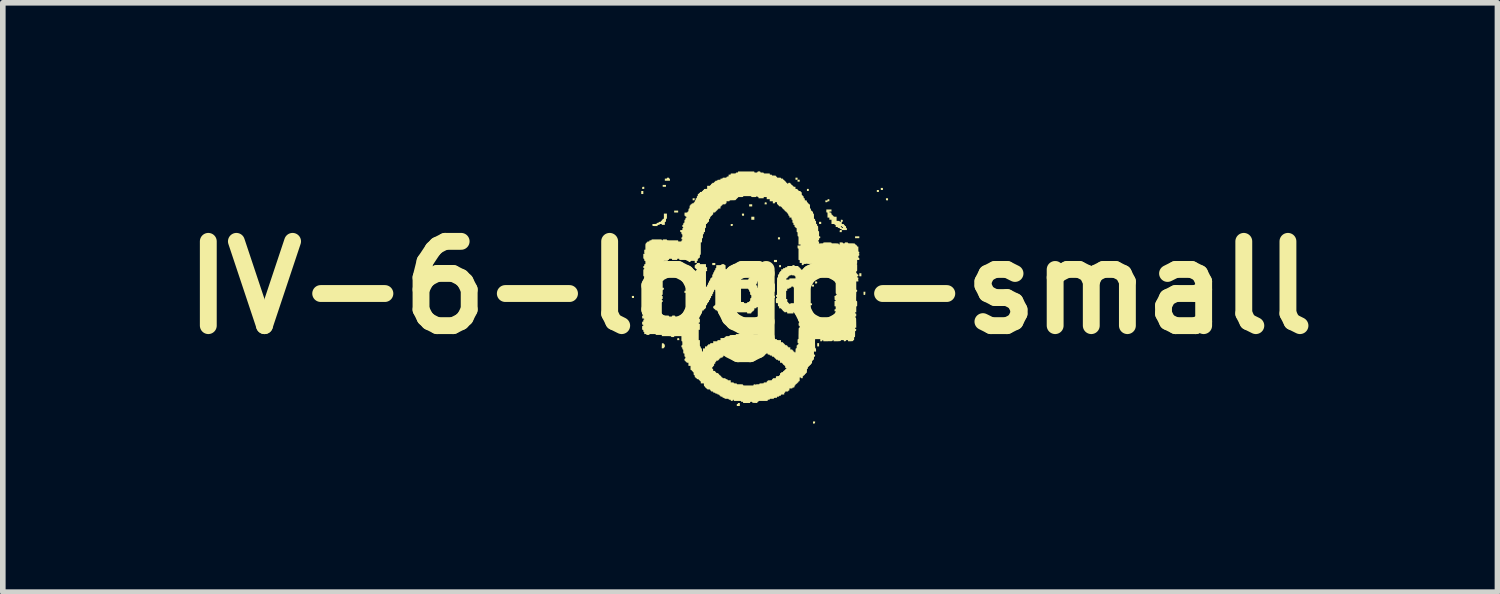
<source format=kicad_pcb>
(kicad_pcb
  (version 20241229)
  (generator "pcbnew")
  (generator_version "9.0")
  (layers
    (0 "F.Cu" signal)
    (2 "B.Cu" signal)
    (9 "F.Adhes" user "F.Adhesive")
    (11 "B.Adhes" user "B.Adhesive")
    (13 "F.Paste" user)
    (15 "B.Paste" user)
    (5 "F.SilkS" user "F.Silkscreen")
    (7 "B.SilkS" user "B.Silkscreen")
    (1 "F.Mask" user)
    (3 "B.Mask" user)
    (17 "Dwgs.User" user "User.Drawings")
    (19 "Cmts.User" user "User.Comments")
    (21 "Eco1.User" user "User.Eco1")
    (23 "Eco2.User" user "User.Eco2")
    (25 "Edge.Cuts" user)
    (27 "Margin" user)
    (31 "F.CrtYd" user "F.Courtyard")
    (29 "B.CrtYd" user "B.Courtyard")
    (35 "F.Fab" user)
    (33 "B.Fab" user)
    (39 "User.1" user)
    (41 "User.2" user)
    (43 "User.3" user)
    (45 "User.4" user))
  (footprint "IV-6-logo-small"
    (layer "F.Cu")
    (at 10.3 2.067)
    (property "Reference" "IV-6-logo-small" (at 0 0 0) (layer "F.SilkS") (effects (font (size 1.5 1.5) (thickness 0.3))))
    (attr board_only exclude_from_pos_files exclude_from_bom)
    (fp_poly (pts (xy -1.901 -1.691) (xy -1.901 -1.664) (xy -1.92 -1.664) (xy -1.938 -1.664) (xy -1.938 -1.691) (xy -1.938 -1.718) (xy -1.92 -1.718) (xy -1.901 -1.718)) (stroke (width 0) (type solid)) (fill yes) (layer "F.SilkS"))
    (fp_poly (pts (xy -1.498 -1.81) (xy -1.498 -1.793) (xy -1.527 -1.793) (xy -1.556 -1.793) (xy -1.556 -1.81) (xy -1.556 -1.826) (xy -1.527 -1.826) (xy -1.498 -1.826)) (stroke (width 0) (type solid)) (fill yes) (layer "F.SilkS"))
    (fp_poly (pts (xy -1.281 -1.352) (xy -1.281 -1.335) (xy -1.317 -1.335) (xy -1.352 -1.335) (xy -1.352 -1.352) (xy -1.352 -1.369) (xy -1.317 -1.369) (xy -1.281 -1.369)) (stroke (width 0) (type solid)) (fill yes) (layer "F.SilkS"))
    (fp_poly (pts (xy -0.62 -0.418) (xy -0.62 -0.399) (xy -0.647 -0.399) (xy -0.674 -0.399) (xy -0.674 -0.418) (xy -0.674 -0.437) (xy -0.647 -0.437) (xy -0.62 -0.437)) (stroke (width 0) (type solid)) (fill yes) (layer "F.SilkS"))
    (fp_poly (pts (xy -0.366 0.077) (xy -0.366 0.096) (xy -0.383 0.096) (xy -0.399 0.096) (xy -0.399 0.077) (xy -0.399 0.058) (xy -0.383 0.058) (xy -0.366 0.058)) (stroke (width 0) (type solid)) (fill yes) (layer "F.SilkS"))
    (fp_poly (pts (xy 0.037 -1.462) (xy 0.037 -1.443) (xy 0.01 -1.443) (xy -0.017 -1.443) (xy -0.017 -1.462) (xy -0.017 -1.481) (xy 0.01 -1.481) (xy 0.037 -1.481)) (stroke (width 0) (type solid)) (fill yes) (layer "F.SilkS"))
    (fp_poly (pts (xy 0.075 -1.233) (xy 0.075 -1.206) (xy 0.048 -1.206) (xy 0.021 -1.206) (xy 0.021 -1.233) (xy 0.021 -1.26) (xy 0.048 -1.26) (xy 0.075 -1.26)) (stroke (width 0) (type solid)) (fill yes) (layer "F.SilkS"))
    (fp_poly (pts (xy 0.15 -0.418) (xy 0.15 -0.399) (xy 0.131 -0.399) (xy 0.112 -0.399) (xy 0.112 -0.418) (xy 0.112 -0.437) (xy 0.131 -0.437) (xy 0.15 -0.437)) (stroke (width 0) (type solid)) (fill yes) (layer "F.SilkS"))
    (fp_poly (pts (xy 0.441 0.168) (xy 0.441 0.187) (xy 0.422 0.187) (xy 0.404 0.187) (xy 0.404 0.168) (xy 0.404 0.15) (xy 0.422 0.15) (xy 0.441 0.15)) (stroke (width 0) (type solid)) (fill yes) (layer "F.SilkS"))
    (fp_poly (pts (xy 0.478 -0.472) (xy 0.478 -0.453) (xy 0.451 -0.453) (xy 0.424 -0.453) (xy 0.424 -0.472) (xy 0.424 -0.491) (xy 0.451 -0.491) (xy 0.478 -0.491)) (stroke (width 0) (type solid)) (fill yes) (layer "F.SilkS"))
    (fp_poly (pts (xy 0.532 -0.876) (xy 0.532 -0.857) (xy 0.514 -0.857) (xy 0.495 -0.857) (xy 0.495 -0.876) (xy 0.495 -0.894) (xy 0.514 -0.894) (xy 0.532 -0.894)) (stroke (width 0) (type solid)) (fill yes) (layer "F.SilkS"))
    (fp_poly (pts (xy 0.549 -0.381) (xy 0.549 -0.362) (xy 0.532 -0.362) (xy 0.516 -0.362) (xy 0.516 -0.381) (xy 0.516 -0.399) (xy 0.532 -0.399) (xy 0.549 -0.399)) (stroke (width 0) (type solid)) (fill yes) (layer "F.SilkS"))
    (fp_poly (pts (xy 0.844 -1.936) (xy 0.844 -1.918) (xy 0.826 -1.918) (xy 0.807 -1.918) (xy 0.807 -1.936) (xy 0.807 -1.955) (xy 0.826 -1.955) (xy 0.844 -1.955)) (stroke (width 0) (type solid)) (fill yes) (layer "F.SilkS"))
    (fp_poly (pts (xy 0.882 -1.901) (xy 0.882 -1.884) (xy 0.863 -1.884) (xy 0.844 -1.884) (xy 0.844 -1.901) (xy 0.844 -1.918) (xy 0.863 -1.918) (xy 0.882 -1.918)) (stroke (width 0) (type solid)) (fill yes) (layer "F.SilkS"))
    (fp_poly (pts (xy 1.044 -1.737) (xy 1.044 -1.718) (xy 1.027 -1.718) (xy 1.011 -1.718) (xy 1.011 -1.737) (xy 1.011 -1.755) (xy 1.027 -1.755) (xy 1.044 -1.755)) (stroke (width 0) (type solid)) (fill yes) (layer "F.SilkS"))
    (fp_poly (pts (xy 1.119 -0.272) (xy 1.119 -0.254) (xy 1.1 -0.254) (xy 1.082 -0.254) (xy 1.082 -0.272) (xy 1.082 -0.291) (xy 1.1 -0.291) (xy 1.119 -0.291)) (stroke (width 0) (type solid)) (fill yes) (layer "F.SilkS"))
    (fp_poly (pts (xy 1.136 -0.033) (xy 1.136 -0.017) (xy 1.119 -0.017) (xy 1.102 -0.017) (xy 1.102 -0.033) (xy 1.102 -0.05) (xy 1.119 -0.05) (xy 1.136 -0.05)) (stroke (width 0) (type solid)) (fill yes) (layer "F.SilkS"))
    (fp_poly (pts (xy 1.227 1.019) (xy 1.227 1.048) (xy 1.211 1.048) (xy 1.194 1.048) (xy 1.194 1.019) (xy 1.194 0.99) (xy 1.211 0.99) (xy 1.227 0.99)) (stroke (width 0) (type solid)) (fill yes) (layer "F.SilkS"))
    (fp_poly (pts (xy 1.265 -1.15) (xy 1.265 -1.131) (xy 1.246 -1.131) (xy 1.227 -1.131) (xy 1.227 -1.15) (xy 1.227 -1.169) (xy 1.246 -1.169) (xy 1.265 -1.169)) (stroke (width 0) (type solid)) (fill yes) (layer "F.SilkS"))
    (fp_poly (pts (xy 1.356 -0.399) (xy 1.356 -0.383) (xy 1.337 -0.383) (xy 1.319 -0.383) (xy 1.319 -0.399) (xy 1.319 -0.416) (xy 1.337 -0.416) (xy 1.356 -0.416)) (stroke (width 0) (type solid)) (fill yes) (layer "F.SilkS"))
    (fp_poly (pts (xy 1.943 -0.894) (xy 1.943 -0.878) (xy 1.905 -0.878) (xy 1.868 -0.878) (xy 1.868 -0.894) (xy 1.868 -0.911) (xy 1.905 -0.911) (xy 1.943 -0.911)) (stroke (width 0) (type solid)) (fill yes) (layer "F.SilkS"))
    (fp_poly (pts (xy 1.98 -0.227) (xy 1.98 -0.2) (xy 1.961 -0.2) (xy 1.943 -0.2) (xy 1.943 -0.227) (xy 1.943 -0.254) (xy 1.961 -0.254) (xy 1.98 -0.254)) (stroke (width 0) (type solid)) (fill yes) (layer "F.SilkS"))
    (fp_poly (pts (xy 2.292 -1.718) (xy 2.292 -1.701) (xy 2.273 -1.701) (xy 2.255 -1.701) (xy 2.255 -1.718) (xy 2.255 -1.735) (xy 2.273 -1.735) (xy 2.292 -1.735)) (stroke (width 0) (type solid)) (fill yes) (layer "F.SilkS"))
    (fp_poly (pts (xy 2.492 0.058) (xy 2.492 0.075) (xy 2.473 0.075) (xy 2.454 0.075) (xy 2.454 0.058) (xy 2.454 0.042) (xy 2.473 0.042) (xy 2.492 0.042)) (stroke (width 0) (type solid)) (fill yes) (layer "F.SilkS"))
    (fp_poly (pts (xy -1.884 -1.774) (xy -1.884 -1.755) (xy -1.903 -1.755) (xy -1.922 -1.755) (xy -1.921 -1.773) (xy -1.92 -1.784) (xy -1.917 -1.79) (xy -1.909 -1.792) (xy -1.902 -1.792) (xy -1.884 -1.793)) (stroke (width 0) (type solid)) (fill yes) (layer "F.SilkS"))
    (fp_poly (pts (xy -1.132 0.076) (xy -1.133 0.087) (xy -1.137 0.092) (xy -1.144 0.094) (xy -1.151 0.095) (xy -1.169 0.096) (xy -1.169 0.077) (xy -1.169 0.058) (xy -1.15 0.058) (xy -1.131 0.058)) (stroke (width 0) (type solid)) (fill yes) (layer "F.SilkS"))
    (fp_poly (pts (xy -0.987 -1.571) (xy -0.988 -1.56) (xy -0.991 -1.555) (xy -0.999 -1.553) (xy -1.006 -1.552) (xy -1.023 -1.551) (xy -1.023 -1.57) (xy -1.023 -1.589) (xy -1.004 -1.589) (xy -0.985 -1.589)) (stroke (width 0) (type solid)) (fill yes) (layer "F.SilkS"))
    (fp_poly (pts (xy -0.309 -1.114) (xy -0.31 -1.103) (xy -0.313 -1.097) (xy -0.321 -1.095) (xy -0.328 -1.095) (xy -0.345 -1.094) (xy -0.345 -1.113) (xy -0.345 -1.131) (xy -0.326 -1.131) (xy -0.307 -1.131)) (stroke (width 0) (type solid)) (fill yes) (layer "F.SilkS"))
    (fp_poly (pts (xy -0.145 0.662) (xy -0.133 0.663) (xy -0.128 0.667) (xy -0.126 0.674) (xy -0.126 0.681) (xy -0.124 0.699) (xy -0.143 0.699) (xy -0.162 0.699) (xy -0.162 0.68) (xy -0.162 0.661)) (stroke (width 0) (type solid)) (fill yes) (layer "F.SilkS"))
    (fp_poly (pts (xy 0.258 -0.273) (xy 0.258 -0.254) (xy 0.239 -0.254) (xy 0.22 -0.254) (xy 0.221 -0.271) (xy 0.222 -0.283) (xy 0.226 -0.288) (xy 0.233 -0.29) (xy 0.24 -0.29) (xy 0.258 -0.292)) (stroke (width 0) (type solid)) (fill yes) (layer "F.SilkS"))
    (fp_poly (pts (xy 1.156 2.401) (xy 1.154 2.412) (xy 1.151 2.418) (xy 1.144 2.42) (xy 1.137 2.42) (xy 1.119 2.422) (xy 1.119 2.403) (xy 1.119 2.384) (xy 1.138 2.384) (xy 1.157 2.384)) (stroke (width 0) (type solid)) (fill yes) (layer "F.SilkS"))
    (fp_poly (pts (xy 1.184 -0.107) (xy 1.19 -0.104) (xy 1.192 -0.098) (xy 1.194 -0.084) (xy 1.19 -0.076) (xy 1.18 -0.072) (xy 1.174 -0.072) (xy 1.156 -0.07) (xy 1.156 -0.089) (xy 1.156 -0.108) (xy 1.173 -0.108)) (stroke (width 0) (type solid)) (fill yes) (layer "F.SilkS"))
    (fp_poly (pts (xy -2.067 0.168) (xy -2.067 0.187) (xy -2.083 0.187) (xy -2.094 0.187) (xy -2.101 0.185) (xy -2.102 0.184) (xy -2.104 0.179) (xy -2.105 0.168) (xy -2.105 0.166) (xy -2.105 0.15) (xy -2.086 0.15) (xy -2.067 0.15)) (stroke (width 0) (type solid)) (fill yes) (layer "F.SilkS"))
    (fp_poly (pts (xy -1.269 0.901) (xy -1.264 0.904) (xy -1.262 0.911) (xy -1.261 0.918) (xy -1.26 0.936) (xy -1.279 0.936) (xy -1.298 0.936) (xy -1.297 0.918) (xy -1.296 0.907) (xy -1.293 0.902) (xy -1.286 0.901) (xy -1.279 0.901)) (stroke (width 0) (type solid)) (fill yes) (layer "F.SilkS"))
    (fp_poly (pts (xy -0.108 -1.296) (xy -0.108 -1.277) (xy -0.124 -1.277) (xy -0.135 -1.278) (xy -0.142 -1.279) (xy -0.143 -1.28) (xy -0.145 -1.285) (xy -0.146 -1.296) (xy -0.146 -1.299) (xy -0.146 -1.315) (xy -0.127 -1.315) (xy -0.108 -1.315)) (stroke (width 0) (type solid)) (fill yes) (layer "F.SilkS"))
    (fp_poly (pts (xy 0.287 -1.516) (xy 0.292 -1.513) (xy 0.294 -1.506) (xy 0.295 -1.499) (xy 0.296 -1.481) (xy 0.277 -1.481) (xy 0.257 -1.481) (xy 0.259 -1.499) (xy 0.26 -1.51) (xy 0.263 -1.515) (xy 0.27 -1.516) (xy 0.277 -1.516)) (stroke (width 0) (type solid)) (fill yes) (layer "F.SilkS"))
    (fp_poly (pts (xy 2.363 -1.753) (xy 2.363 -1.735) (xy 2.347 -1.735) (xy 2.336 -1.735) (xy 2.329 -1.737) (xy 2.328 -1.737) (xy 2.326 -1.743) (xy 2.325 -1.753) (xy 2.325 -1.756) (xy 2.325 -1.772) (xy 2.344 -1.772) (xy 2.363 -1.772)) (stroke (width 0) (type solid)) (fill yes) (layer "F.SilkS"))
    (fp_poly (pts (xy 2.454 -1.57) (xy 2.454 -1.552) (xy 2.438 -1.552) (xy 2.427 -1.552) (xy 2.42 -1.554) (xy 2.42 -1.554) (xy 2.418 -1.56) (xy 2.417 -1.57) (xy 2.417 -1.573) (xy 2.417 -1.589) (xy 2.436 -1.589) (xy 2.454 -1.589)) (stroke (width 0) (type solid)) (fill yes) (layer "F.SilkS"))
    (fp_poly (pts (xy 2.05 0.103) (xy 2.049 0.118) (xy 2.048 0.126) (xy 2.045 0.13) (xy 2.04 0.132) (xy 2.036 0.132) (xy 2.026 0.132) (xy 2.02 0.131) (xy 2.019 0.125) (xy 2.018 0.114) (xy 2.018 0.101) (xy 2.018 0.075) (xy 2.034 0.075) (xy 2.051 0.075)) (stroke (width 0) (type solid)) (fill yes) (layer "F.SilkS"))
    (fp_poly (pts (xy -0.183 2.082) (xy -0.183 2.109) (xy -0.21 2.109) (xy -0.237 2.109) (xy -0.237 2.09) (xy -0.237 2.079) (xy -0.235 2.073) (xy -0.23 2.072) (xy -0.227 2.072) (xy -0.219 2.07) (xy -0.216 2.063) (xy -0.215 2.058) (xy -0.209 2.055) (xy -0.2 2.055) (xy -0.183 2.055)) (stroke (width 0) (type solid)) (fill yes) (layer "F.SilkS"))
    (fp_poly (pts (xy 1.083 0.28) (xy 1.095 0.282) (xy 1.102 0.288) (xy 1.102 0.299) (xy 1.101 0.306) (xy 1.097 0.313) (xy 1.089 0.316) (xy 1.084 0.316) (xy 1.074 0.315) (xy 1.068 0.314) (xy 1.068 0.313) (xy 1.066 0.308) (xy 1.065 0.297) (xy 1.065 0.294) (xy 1.065 0.278)) (stroke (width 0) (type solid)) (fill yes) (layer "F.SilkS"))
    (fp_poly (pts (xy 1.41 -1.554) (xy 1.41 -1.535) (xy 1.394 -1.535) (xy 1.383 -1.534) (xy 1.377 -1.53) (xy 1.376 -1.527) (xy 1.372 -1.521) (xy 1.365 -1.519) (xy 1.356 -1.518) (xy 1.339 -1.518) (xy 1.339 -1.535) (xy 1.339 -1.552) (xy 1.358 -1.551) (xy 1.37 -1.55) (xy 1.375 -1.552) (xy 1.377 -1.557) (xy 1.377 -1.561) (xy 1.378 -1.568) (xy 1.382 -1.572) (xy 1.391 -1.572) (xy 1.394 -1.572) (xy 1.41 -1.572)) (stroke (width 0) (type solid)) (fill yes) (layer "F.SilkS"))
    (fp_poly (pts (xy -1.543 0.993) (xy -1.537 0.996) (xy -1.536 1.001) (xy -1.532 1.009) (xy -1.526 1.011) (xy -1.522 1.012) (xy -1.52 1.016) (xy -1.519 1.025) (xy -1.518 1.038) (xy -1.519 1.053) (xy -1.52 1.061) (xy -1.522 1.064) (xy -1.527 1.065) (xy -1.534 1.068) (xy -1.535 1.073) (xy -1.536 1.078) (xy -1.541 1.081) (xy -1.552 1.082) (xy -1.554 1.082) (xy -1.573 1.082) (xy -1.572 1.037) (xy -1.57 0.992) (xy -1.554 0.992)) (stroke (width 0) (type solid)) (fill yes) (layer "F.SilkS"))
    (fp_poly (pts (xy -1.45 -1.955) (xy -1.445 -1.952) (xy -1.443 -1.947) (xy -1.443 -1.947) (xy -1.441 -1.94) (xy -1.435 -1.938) (xy -1.43 -1.937) (xy -1.427 -1.932) (xy -1.427 -1.921) (xy -1.427 -1.92) (xy -1.427 -1.901) (xy -1.473 -1.901) (xy -1.518 -1.901) (xy -1.518 -1.92) (xy -1.518 -1.938) (xy -1.5 -1.938) (xy -1.488 -1.939) (xy -1.482 -1.941) (xy -1.481 -1.946) (xy -1.481 -1.947) (xy -1.48 -1.952) (xy -1.475 -1.954) (xy -1.464 -1.955) (xy -1.462 -1.955)) (stroke (width 0) (type solid)) (fill yes) (layer "F.SilkS"))
    (fp_poly (pts (xy -1.481 -1.269) (xy -1.481 -1.249) (xy -1.481 -1.236) (xy -1.483 -1.228) (xy -1.485 -1.224) (xy -1.488 -1.223) (xy -1.489 -1.223) (xy -1.494 -1.222) (xy -1.496 -1.218) (xy -1.497 -1.21) (xy -1.498 -1.196) (xy -1.498 -1.181) (xy -1.499 -1.173) (xy -1.501 -1.17) (xy -1.506 -1.169) (xy -1.508 -1.169) (xy -1.514 -1.168) (xy -1.517 -1.166) (xy -1.518 -1.159) (xy -1.518 -1.146) (xy -1.518 -1.142) (xy -1.518 -1.115) (xy -1.545 -1.115) (xy -1.56 -1.115) (xy -1.568 -1.116) (xy -1.572 -1.119) (xy -1.572 -1.123) (xy -1.574 -1.128) (xy -1.579 -1.131) (xy -1.59 -1.131) (xy -1.591 -1.131) (xy -1.603 -1.131) (xy -1.608 -1.129) (xy -1.61 -1.124) (xy -1.61 -1.123) (xy -1.611 -1.118) (xy -1.616 -1.115) (xy -1.627 -1.115) (xy -1.629 -1.115) (xy -1.64 -1.114) (xy -1.646 -1.112) (xy -1.647 -1.107) (xy -1.647 -1.104) (xy -1.647 -1.094) (xy -1.69 -1.094) (xy -1.708 -1.094) (xy -1.723 -1.095) (xy -1.733 -1.096) (xy -1.736 -1.097) (xy -1.738 -1.102) (xy -1.739 -1.113) (xy -1.739 -1.116) (xy -1.739 -1.131) (xy -1.702 -1.131) (xy -1.684 -1.132) (xy -1.673 -1.132) (xy -1.667 -1.134) (xy -1.664 -1.137) (xy -1.663 -1.141) (xy -1.661 -1.147) (xy -1.655 -1.15) (xy -1.644 -1.151) (xy -1.633 -1.153) (xy -1.628 -1.156) (xy -1.626 -1.161) (xy -1.625 -1.166) (xy -1.62 -1.168) (xy -1.608 -1.169) (xy -1.608 -1.169) (xy -1.596 -1.169) (xy -1.591 -1.172) (xy -1.589 -1.177) (xy -1.589 -1.177) (xy -1.586 -1.184) (xy -1.581 -1.186) (xy -1.574 -1.188) (xy -1.572 -1.196) (xy -1.57 -1.204) (xy -1.564 -1.206) (xy -1.557 -1.209) (xy -1.556 -1.215) (xy -1.553 -1.221) (xy -1.545 -1.223) (xy -1.535 -1.223) (xy -1.535 -1.269) (xy -1.535 -1.315) (xy -1.508 -1.315) (xy -1.481 -1.315)) (stroke (width 0) (type solid)) (fill yes) (layer "F.SilkS"))
    (fp_poly (pts (xy 1.402 -1.389) (xy 1.448 -1.389) (xy 1.448 -1.37) (xy 1.448 -1.352) (xy 1.429 -1.352) (xy 1.417 -1.351) (xy 1.412 -1.349) (xy 1.41 -1.344) (xy 1.41 -1.344) (xy 1.412 -1.339) (xy 1.418 -1.336) (xy 1.428 -1.335) (xy 1.439 -1.333) (xy 1.444 -1.33) (xy 1.446 -1.323) (xy 1.447 -1.316) (xy 1.448 -1.304) (xy 1.452 -1.299) (xy 1.457 -1.297) (xy 1.465 -1.292) (xy 1.468 -1.286) (xy 1.472 -1.279) (xy 1.477 -1.277) (xy 1.484 -1.274) (xy 1.485 -1.269) (xy 1.486 -1.264) (xy 1.49 -1.262) (xy 1.498 -1.261) (xy 1.512 -1.26) (xy 1.539 -1.26) (xy 1.539 -1.223) (xy 1.539 -1.186) (xy 1.566 -1.186) (xy 1.581 -1.185) (xy 1.589 -1.184) (xy 1.592 -1.182) (xy 1.593 -1.177) (xy 1.596 -1.171) (xy 1.604 -1.169) (xy 1.61 -1.17) (xy 1.613 -1.173) (xy 1.614 -1.182) (xy 1.614 -1.188) (xy 1.614 -1.207) (xy 1.632 -1.206) (xy 1.643 -1.204) (xy 1.648 -1.201) (xy 1.649 -1.194) (xy 1.649 -1.188) (xy 1.649 -1.177) (xy 1.646 -1.171) (xy 1.64 -1.17) (xy 1.634 -1.168) (xy 1.631 -1.162) (xy 1.631 -1.151) (xy 1.631 -1.15) (xy 1.631 -1.131) (xy 1.649 -1.131) (xy 1.661 -1.131) (xy 1.667 -1.129) (xy 1.668 -1.124) (xy 1.668 -1.123) (xy 1.671 -1.116) (xy 1.676 -1.115) (xy 1.683 -1.112) (xy 1.685 -1.104) (xy 1.686 -1.097) (xy 1.693 -1.094) (xy 1.695 -1.094) (xy 1.702 -1.093) (xy 1.705 -1.089) (xy 1.706 -1.078) (xy 1.706 -1.078) (xy 1.707 -1.067) (xy 1.71 -1.061) (xy 1.714 -1.06) (xy 1.719 -1.056) (xy 1.722 -1.049) (xy 1.722 -1.04) (xy 1.722 -1.023) (xy 1.676 -1.023) (xy 1.631 -1.023) (xy 1.631 -1.005) (xy 1.631 -0.986) (xy 1.612 -0.986) (xy 1.593 -0.986) (xy 1.594 -1.004) (xy 1.595 -1.015) (xy 1.598 -1.02) (xy 1.606 -1.022) (xy 1.613 -1.023) (xy 1.624 -1.024) (xy 1.63 -1.027) (xy 1.631 -1.032) (xy 1.629 -1.037) (xy 1.622 -1.04) (xy 1.613 -1.041) (xy 1.601 -1.042) (xy 1.596 -1.046) (xy 1.594 -1.051) (xy 1.592 -1.058) (xy 1.586 -1.06) (xy 1.576 -1.061) (xy 1.566 -1.061) (xy 1.561 -1.064) (xy 1.56 -1.069) (xy 1.559 -1.074) (xy 1.554 -1.077) (xy 1.543 -1.077) (xy 1.541 -1.077) (xy 1.523 -1.077) (xy 1.523 -1.086) (xy 1.614 -1.086) (xy 1.617 -1.079) (xy 1.622 -1.077) (xy 1.629 -1.075) (xy 1.631 -1.067) (xy 1.631 -1.067) (xy 1.632 -1.059) (xy 1.636 -1.058) (xy 1.637 -1.058) (xy 1.641 -1.059) (xy 1.686 -1.059) (xy 1.687 -1.057) (xy 1.689 -1.057) (xy 1.692 -1.058) (xy 1.692 -1.059) (xy 1.687 -1.06) (xy 1.686 -1.059) (xy 1.641 -1.059) (xy 1.645 -1.06) (xy 1.648 -1.061) (xy 1.651 -1.064) (xy 1.651 -1.069) (xy 1.649 -1.076) (xy 1.641 -1.077) (xy 1.633 -1.079) (xy 1.631 -1.086) (xy 1.628 -1.093) (xy 1.622 -1.094) (xy 1.615 -1.091) (xy 1.614 -1.086) (xy 1.523 -1.086) (xy 1.523 -1.096) (xy 1.593 -1.096) (xy 1.595 -1.094) (xy 1.597 -1.096) (xy 1.595 -1.098) (xy 1.593 -1.096) (xy 1.523 -1.096) (xy 1.522 -1.108) (xy 1.52 -1.113) (xy 1.515 -1.115) (xy 1.512 -1.115) (xy 1.504 -1.117) (xy 1.502 -1.123) (xy 1.501 -1.128) (xy 1.497 -1.13) (xy 1.489 -1.131) (xy 1.475 -1.131) (xy 1.448 -1.131) (xy 1.448 -1.169) (xy 1.448 -1.206) (xy 1.429 -1.206) (xy 1.41 -1.206) (xy 1.41 -1.208) (xy 1.464 -1.208) (xy 1.466 -1.206) (xy 1.468 -1.208) (xy 1.466 -1.211) (xy 1.464 -1.208) (xy 1.41 -1.208) (xy 1.41 -1.225) (xy 1.41 -1.244) (xy 1.394 -1.244) (xy 1.377 -1.244) (xy 1.377 -1.29) (xy 1.377 -1.335) (xy 1.367 -1.335) (xy 1.361 -1.336) (xy 1.358 -1.338) (xy 1.356 -1.345) (xy 1.356 -1.358) (xy 1.356 -1.362) (xy 1.356 -1.389)) (stroke (width 0) (type solid)) (fill yes) (layer "F.SilkS"))
    (fp_poly (pts (xy -0.907 -0.437) (xy -0.899 -0.436) (xy -0.895 -0.433) (xy -0.894 -0.428) (xy -0.894 -0.426) (xy -0.894 -0.416) (xy -0.84 -0.416) (xy -0.786 -0.416) (xy -0.786 -0.389) (xy -0.786 -0.374) (xy -0.785 -0.366) (xy -0.782 -0.363) (xy -0.778 -0.362) (xy -0.776 -0.362) (xy -0.769 -0.361) (xy -0.766 -0.357) (xy -0.765 -0.346) (xy -0.765 -0.346) (xy -0.767 -0.334) (xy -0.771 -0.328) (xy -0.773 -0.327) (xy -0.778 -0.326) (xy -0.775 -0.325) (xy -0.773 -0.325) (xy -0.768 -0.323) (xy -0.766 -0.315) (xy -0.765 -0.308) (xy -0.766 -0.297) (xy -0.769 -0.292) (xy -0.775 -0.291) (xy -0.776 -0.291) (xy -0.786 -0.291) (xy -0.786 -0.152) (xy -0.786 -0.014) (xy -0.776 -0.016) (xy -0.769 -0.018) (xy -0.766 -0.024) (xy -0.765 -0.034) (xy -0.765 -0.044) (xy -0.762 -0.049) (xy -0.757 -0.05) (xy -0.752 -0.051) (xy -0.749 -0.056) (xy -0.749 -0.067) (xy -0.749 -0.069) (xy -0.748 -0.08) (xy -0.746 -0.086) (xy -0.741 -0.087) (xy -0.741 -0.087) (xy -0.735 -0.089) (xy -0.733 -0.095) (xy -0.731 -0.105) (xy -0.73 -0.117) (xy -0.726 -0.122) (xy -0.721 -0.124) (xy -0.715 -0.126) (xy -0.712 -0.131) (xy -0.711 -0.142) (xy -0.711 -0.144) (xy -0.711 -0.155) (xy -0.708 -0.161) (xy -0.703 -0.162) (xy -0.703 -0.162) (xy -0.696 -0.165) (xy -0.695 -0.171) (xy -0.692 -0.177) (xy -0.684 -0.179) (xy -0.679 -0.179) (xy -0.676 -0.182) (xy -0.674 -0.189) (xy -0.674 -0.201) (xy -0.674 -0.206) (xy -0.674 -0.221) (xy -0.672 -0.229) (xy -0.67 -0.232) (xy -0.666 -0.233) (xy -0.66 -0.234) (xy -0.658 -0.239) (xy -0.657 -0.25) (xy -0.657 -0.252) (xy -0.657 -0.263) (xy -0.654 -0.269) (xy -0.649 -0.27) (xy -0.649 -0.27) (xy -0.644 -0.272) (xy -0.641 -0.278) (xy -0.64 -0.288) (xy -0.638 -0.3) (xy -0.635 -0.305) (xy -0.629 -0.307) (xy -0.623 -0.309) (xy -0.621 -0.314) (xy -0.62 -0.325) (xy -0.62 -0.327) (xy -0.619 -0.338) (xy -0.617 -0.344) (xy -0.612 -0.345) (xy -0.611 -0.345) (xy -0.607 -0.346) (xy -0.604 -0.35) (xy -0.603 -0.358) (xy -0.603 -0.372) (xy -0.603 -0.399) (xy -0.557 -0.399) (xy -0.537 -0.399) (xy -0.524 -0.4) (xy -0.517 -0.401) (xy -0.513 -0.403) (xy -0.512 -0.406) (xy -0.512 -0.408) (xy -0.511 -0.412) (xy -0.507 -0.415) (xy -0.499 -0.416) (xy -0.485 -0.416) (xy -0.47 -0.416) (xy -0.462 -0.415) (xy -0.458 -0.412) (xy -0.458 -0.408) (xy -0.455 -0.401) (xy -0.447 -0.399) (xy -0.442 -0.399) (xy -0.439 -0.397) (xy -0.438 -0.392) (xy -0.437 -0.382) (xy -0.437 -0.365) (xy -0.437 -0.362) (xy -0.437 -0.344) (xy -0.436 -0.333) (xy -0.434 -0.327) (xy -0.432 -0.325) (xy -0.428 -0.324) (xy -0.423 -0.323) (xy -0.421 -0.317) (xy -0.42 -0.308) (xy -0.421 -0.297) (xy -0.424 -0.292) (xy -0.428 -0.291) (xy -0.43 -0.291) (xy -0.432 -0.29) (xy -0.433 -0.288) (xy -0.434 -0.283) (xy -0.435 -0.276) (xy -0.436 -0.266) (xy -0.436 -0.251) (xy -0.436 -0.231) (xy -0.437 -0.207) (xy -0.437 -0.176) (xy -0.437 -0.138) (xy -0.437 -0.093) (xy -0.437 -0.071) (xy -0.437 0.15) (xy -0.447 0.15) (xy -0.453 0.15) (xy -0.456 0.153) (xy -0.457 0.16) (xy -0.458 0.172) (xy -0.458 0.177) (xy -0.457 0.191) (xy -0.456 0.199) (xy -0.454 0.203) (xy -0.449 0.204) (xy -0.447 0.204) (xy -0.441 0.205) (xy -0.438 0.208) (xy -0.437 0.218) (xy -0.437 0.223) (xy -0.437 0.234) (xy -0.439 0.24) (xy -0.444 0.241) (xy -0.447 0.241) (xy -0.454 0.242) (xy -0.457 0.246) (xy -0.458 0.255) (xy -0.458 0.26) (xy -0.457 0.272) (xy -0.455 0.277) (xy -0.45 0.279) (xy -0.447 0.279) (xy -0.437 0.279) (xy -0.438 0.342) (xy -0.438 0.366) (xy -0.439 0.383) (xy -0.44 0.395) (xy -0.441 0.402) (xy -0.443 0.405) (xy -0.446 0.406) (xy -0.448 0.407) (xy -0.456 0.411) (xy -0.458 0.416) (xy -0.458 0.419) (xy -0.46 0.422) (xy -0.466 0.423) (xy -0.475 0.424) (xy -0.49 0.424) (xy -0.511 0.424) (xy -0.52 0.424) (xy -0.544 0.424) (xy -0.561 0.424) (xy -0.572 0.423) (xy -0.578 0.422) (xy -0.581 0.42) (xy -0.582 0.417) (xy -0.582 0.416) (xy -0.584 0.411) (xy -0.59 0.408) (xy -0.6 0.407) (xy -0.612 0.405) (xy -0.617 0.402) (xy -0.619 0.396) (xy -0.623 0.388) (xy -0.629 0.387) (xy -0.637 0.383) (xy -0.639 0.379) (xy -0.644 0.372) (xy -0.649 0.37) (xy -0.654 0.369) (xy -0.657 0.363) (xy -0.657 0.352) (xy -0.657 0.34) (xy -0.654 0.334) (xy -0.649 0.333) (xy -0.642 0.329) (xy -0.639 0.324) (xy -0.634 0.317) (xy -0.629 0.316) (xy -0.626 0.316) (xy -0.624 0.315) (xy -0.623 0.312) (xy -0.622 0.307) (xy -0.621 0.298) (xy -0.62 0.286) (xy -0.62 0.268) (xy -0.62 0.244) (xy -0.62 0.214) (xy -0.62 0.176) (xy -0.62 0.138) (xy -0.62 0.108) (xy -0.62 0.084) (xy -0.621 0.067) (xy -0.621 0.054) (xy -0.622 0.046) (xy -0.623 0.041) (xy -0.625 0.039) (xy -0.626 0.039) (xy -0.634 0.041) (xy -0.637 0.042) (xy -0.639 0.045) (xy -0.641 0.055) (xy -0.641 0.058) (xy -0.641 0.069) (xy -0.644 0.074) (xy -0.649 0.075) (xy -0.654 0.076) (xy -0.657 0.081) (xy -0.657 0.092) (xy -0.657 0.094) (xy -0.658 0.105) (xy -0.66 0.111) (xy -0.665 0.112) (xy -0.666 0.112) (xy -0.671 0.114) (xy -0.673 0.119) (xy -0.674 0.13) (xy -0.674 0.131) (xy -0.674 0.143) (xy -0.676 0.148) (xy -0.681 0.15) (xy -0.684 0.15) (xy -0.691 0.151) (xy -0.694 0.154) (xy -0.695 0.163) (xy -0.695 0.168) (xy -0.695 0.18) (xy -0.698 0.186) (xy -0.702 0.187) (xy -0.703 0.187) (xy -0.708 0.189) (xy -0.711 0.195) (xy -0.712 0.205) (xy -0.714 0.216) (xy -0.717 0.222) (xy -0.723 0.224) (xy -0.729 0.226) (xy -0.732 0.232) (xy -0.732 0.242) (xy -0.733 0.252) (xy -0.736 0.257) (xy -0.74 0.258) (xy -0.747 0.26) (xy -0.749 0.268) (xy -0.751 0.277) (xy -0.757 0.279) (xy -0.762 0.28) (xy -0.765 0.287) (xy -0.766 0.296) (xy -0.768 0.308) (xy -0.771 0.314) (xy -0.777 0.315) (xy -0.782 0.317) (xy -0.785 0.321) (xy -0.786 0.329) (xy -0.786 0.343) (xy -0.786 0.343) (xy -0.786 0.358) (xy -0.788 0.366) (xy -0.79 0.37) (xy -0.795 0.37) (xy -0.801 0.373) (xy -0.803 0.379) (xy -0.805 0.385) (xy -0.813 0.387) (xy -0.821 0.389) (xy -0.824 0.395) (xy -0.824 0.397) (xy -0.824 0.408) (xy -0.877 0.407) (xy -0.899 0.406) (xy -0.913 0.406) (xy -0.923 0.404) (xy -0.928 0.403) (xy -0.93 0.4) (xy -0.931 0.396) (xy -0.933 0.39) (xy -0.938 0.388) (xy -0.949 0.387) (xy -0.951 0.387) (xy -0.962 0.386) (xy -0.968 0.384) (xy -0.969 0.379) (xy -0.969 0.379) (xy -0.972 0.372) (xy -0.978 0.37) (xy -0.982 0.369) (xy -0.985 0.366) (xy -0.986 0.357) (xy -0.986 0.343) (xy -0.986 0.329) (xy -0.984 0.32) (xy -0.982 0.317) (xy -0.978 0.316) (xy -0.971 0.314) (xy -0.969 0.306) (xy -0.971 0.298) (xy -0.978 0.295) (xy -0.983 0.294) (xy -0.985 0.289) (xy -0.986 0.278) (xy -0.986 0.277) (xy -0.985 0.265) (xy -0.983 0.259) (xy -0.978 0.258) (xy -0.978 0.258) (xy -0.975 0.258) (xy -0.973 0.256) (xy -0.971 0.252) (xy -0.97 0.245) (xy -0.97 0.233) (xy -0.969 0.216) (xy -0.969 0.192) (xy -0.969 0.167) (xy -0.969 0.124) (xy -0.969 0.088) (xy -0.969 0.059) (xy -0.968 0.036) (xy -0.968 0.018) (xy -0.967 0.005) (xy -0.966 -0.004) (xy -0.965 -0.01) (xy -0.963 -0.013) (xy -0.961 -0.015) (xy -0.958 -0.016) (xy -0.958 -0.016) (xy -0.954 -0.017) (xy -0.952 -0.018) (xy -0.95 -0.022) (xy -0.949 -0.03) (xy -0.949 -0.042) (xy -0.948 -0.06) (xy -0.948 -0.084) (xy -0.948 -0.09) (xy -0.948 -0.162) (xy -0.959 -0.162) (xy -0.964 -0.163) (xy -0.968 -0.165) (xy -0.969 -0.172) (xy -0.969 -0.185) (xy -0.969 -0.189) (xy -0.969 -0.204) (xy -0.968 -0.212) (xy -0.965 -0.215) (xy -0.961 -0.216) (xy -0.959 -0.216) (xy -0.951 -0.218) (xy -0.948 -0.225) (xy -0.952 -0.232) (xy -0.959 -0.235) (xy -0.964 -0.237) (xy -0.967 -0.24) (xy -0.969 -0.247) (xy -0.969 -0.258) (xy -0.969 -0.273) (xy -0.969 -0.29) (xy -0.969 -0.3) (xy -0.967 -0.306) (xy -0.964 -0.308) (xy -0.959 -0.308) (xy -0.951 -0.31) (xy -0.948 -0.316) (xy -0.952 -0.324) (xy -0.959 -0.327) (xy -0.967 -0.332) (xy -0.969 -0.337) (xy -0.972 -0.344) (xy -0.978 -0.345) (xy -0.982 -0.346) (xy -0.985 -0.35) (xy -0.986 -0.358) (xy -0.986 -0.372) (xy -0.986 -0.387) (xy -0.984 -0.395) (xy -0.982 -0.399) (xy -0.978 -0.399) (xy -0.971 -0.402) (xy -0.969 -0.408) (xy -0.967 -0.414) (xy -0.959 -0.416) (xy -0.951 -0.418) (xy -0.948 -0.424) (xy -0.948 -0.426) (xy -0.948 -0.432) (xy -0.945 -0.435) (xy -0.939 -0.436) (xy -0.926 -0.437) (xy -0.921 -0.437)) (stroke (width 0) (type solid)) (fill yes) (layer "F.SilkS"))
    (fp_poly (pts (xy -0.155 -0.416) (xy -0.128 -0.416) (xy -0.107 -0.416) (xy -0.092 -0.415) (xy -0.082 -0.414) (xy -0.076 -0.413) (xy -0.072 -0.412) (xy -0.071 -0.41) (xy -0.071 -0.408) (xy -0.071 -0.408) (xy -0.068 -0.401) (xy -0.062 -0.399) (xy -0.055 -0.402) (xy -0.054 -0.408) (xy -0.054 -0.411) (xy -0.051 -0.414) (xy -0.045 -0.415) (xy -0.034 -0.416) (xy -0.017 -0.416) (xy -0.008 -0.416) (xy 0.012 -0.416) (xy 0.025 -0.415) (xy 0.033 -0.414) (xy 0.036 -0.412) (xy 0.037 -0.409) (xy 0.037 -0.408) (xy 0.04 -0.401) (xy 0.048 -0.399) (xy 0.056 -0.397) (xy 0.058 -0.391) (xy 0.06 -0.386) (xy 0.065 -0.383) (xy 0.075 -0.383) (xy 0.086 -0.382) (xy 0.09 -0.379) (xy 0.092 -0.373) (xy 0.092 -0.372) (xy 0.093 -0.364) (xy 0.1 -0.362) (xy 0.102 -0.362) (xy 0.11 -0.36) (xy 0.112 -0.354) (xy 0.115 -0.347) (xy 0.121 -0.345) (xy 0.126 -0.344) (xy 0.128 -0.339) (xy 0.129 -0.328) (xy 0.129 -0.327) (xy 0.129 -0.315) (xy 0.132 -0.31) (xy 0.137 -0.308) (xy 0.139 -0.308) (xy 0.149 -0.308) (xy 0.15 -0.208) (xy 0.15 -0.108) (xy 0.139 -0.108) (xy 0.133 -0.107) (xy 0.13 -0.104) (xy 0.129 -0.095) (xy 0.129 -0.089) (xy 0.128 -0.078) (xy 0.126 -0.072) (xy 0.121 -0.071) (xy 0.121 -0.071) (xy 0.114 -0.068) (xy 0.112 -0.063) (xy 0.11 -0.055) (xy 0.107 -0.053) (xy 0.104 -0.051) (xy 0.107 -0.05) (xy 0.111 -0.046) (xy 0.112 -0.042) (xy 0.115 -0.035) (xy 0.121 -0.033) (xy 0.126 -0.032) (xy 0.128 -0.027) (xy 0.129 -0.016) (xy 0.129 -0.015) (xy 0.129 -0.003) (xy 0.132 0.002) (xy 0.137 0.004) (xy 0.139 0.004) (xy 0.144 0.004) (xy 0.147 0.002) (xy 0.149 -0.003) (xy 0.15 -0.013) (xy 0.15 -0.03) (xy 0.15 -0.033) (xy 0.15 -0.051) (xy 0.151 -0.062) (xy 0.152 -0.068) (xy 0.155 -0.07) (xy 0.158 -0.071) (xy 0.165 -0.074) (xy 0.166 -0.079) (xy 0.167 -0.084) (xy 0.171 -0.086) (xy 0.18 -0.087) (xy 0.193 -0.087) (xy 0.208 -0.088) (xy 0.216 -0.089) (xy 0.22 -0.092) (xy 0.221 -0.097) (xy 0.221 -0.097) (xy 0.222 -0.101) (xy 0.226 -0.104) (xy 0.232 -0.106) (xy 0.244 -0.107) (xy 0.259 -0.107) (xy 0.295 -0.108) (xy 0.295 -0.098) (xy 0.295 -0.087) (xy 0.36 -0.087) (xy 0.384 -0.087) (xy 0.402 -0.087) (xy 0.413 -0.086) (xy 0.42 -0.085) (xy 0.423 -0.083) (xy 0.424 -0.081) (xy 0.424 -0.079) (xy 0.427 -0.072) (xy 0.433 -0.071) (xy 0.436 -0.07) (xy 0.438 -0.069) (xy 0.439 -0.064) (xy 0.44 -0.056) (xy 0.441 -0.043) (xy 0.441 -0.024) (xy 0.441 0.002) (xy 0.441 0.028) (xy 0.44 0.047) (xy 0.44 0.06) (xy 0.439 0.069) (xy 0.437 0.073) (xy 0.435 0.075) (xy 0.433 0.075) (xy 0.426 0.078) (xy 0.424 0.084) (xy 0.422 0.089) (xy 0.419 0.092) (xy 0.412 0.093) (xy 0.4 0.094) (xy 0.386 0.095) (xy 0.349 0.096) (xy 0.349 0.085) (xy 0.349 0.079) (xy 0.345 0.076) (xy 0.336 0.075) (xy 0.331 0.075) (xy 0.319 0.074) (xy 0.313 0.072) (xy 0.312 0.067) (xy 0.312 0.067) (xy 0.309 0.06) (xy 0.304 0.058) (xy 0.297 0.061) (xy 0.295 0.067) (xy 0.295 0.07) (xy 0.293 0.072) (xy 0.288 0.073) (xy 0.279 0.074) (xy 0.265 0.075) (xy 0.245 0.075) (xy 0.231 0.075) (xy 0.166 0.075) (xy 0.166 0.139) (xy 0.166 0.164) (xy 0.167 0.181) (xy 0.167 0.193) (xy 0.168 0.199) (xy 0.17 0.203) (xy 0.173 0.204) (xy 0.175 0.204) (xy 0.179 0.205) (xy 0.182 0.208) (xy 0.183 0.217) (xy 0.183 0.231) (xy 0.183 0.246) (xy 0.182 0.254) (xy 0.179 0.257) (xy 0.175 0.258) (xy 0.171 0.259) (xy 0.168 0.261) (xy 0.167 0.268) (xy 0.166 0.281) (xy 0.166 0.295) (xy 0.166 0.313) (xy 0.166 0.324) (xy 0.164 0.33) (xy 0.161 0.332) (xy 0.158 0.333) (xy 0.151 0.336) (xy 0.15 0.341) (xy 0.149 0.346) (xy 0.143 0.349) (xy 0.132 0.349) (xy 0.131 0.349) (xy 0.119 0.35) (xy 0.114 0.352) (xy 0.112 0.357) (xy 0.112 0.36) (xy 0.112 0.366) (xy 0.108 0.369) (xy 0.099 0.37) (xy 0.094 0.37) (xy 0.075 0.37) (xy 0.075 0.387) (xy 0.074 0.399) (xy 0.071 0.405) (xy 0.067 0.406) (xy 0.06 0.412) (xy 0.058 0.416) (xy 0.056 0.423) (xy 0.048 0.424) (xy 0.04 0.426) (xy 0.037 0.433) (xy 0.034 0.44) (xy 0.029 0.441) (xy 0.023 0.443) (xy 0.021 0.451) (xy 0.021 0.456) (xy 0.019 0.459) (xy 0.013 0.461) (xy 0.003 0.462) (xy -0.013 0.462) (xy -0.017 0.462) (xy -0.034 0.462) (xy -0.045 0.461) (xy -0.051 0.46) (xy -0.054 0.457) (xy -0.054 0.452) (xy -0.054 0.451) (xy -0.054 0.441) (xy -0.173 0.441) (xy -0.207 0.441) (xy -0.234 0.441) (xy -0.255 0.441) (xy -0.27 0.44) (xy -0.28 0.439) (xy -0.286 0.438) (xy -0.29 0.437) (xy -0.291 0.435) (xy -0.291 0.433) (xy -0.291 0.433) (xy -0.292 0.427) (xy -0.297 0.425) (xy -0.309 0.424) (xy -0.31 0.424) (xy -0.322 0.424) (xy -0.327 0.421) (xy -0.329 0.416) (xy -0.332 0.409) (xy -0.337 0.406) (xy -0.341 0.405) (xy -0.343 0.401) (xy -0.345 0.393) (xy -0.345 0.379) (xy -0.345 0.369) (xy -0.345 0.351) (xy -0.344 0.341) (xy -0.343 0.335) (xy -0.34 0.333) (xy -0.337 0.333) (xy -0.335 0.333) (xy -0.334 0.332) (xy -0.332 0.329) (xy -0.331 0.325) (xy -0.33 0.317) (xy -0.33 0.306) (xy -0.329 0.291) (xy -0.329 0.272) (xy -0.329 0.246) (xy -0.329 0.215) (xy -0.329 0.176) (xy -0.329 0.139) (xy -0.162 0.139) (xy -0.162 0.258) (xy -0.135 0.258) (xy -0.121 0.258) (xy -0.113 0.259) (xy -0.109 0.262) (xy -0.108 0.267) (xy -0.108 0.268) (xy -0.108 0.274) (xy -0.105 0.277) (xy -0.098 0.278) (xy -0.085 0.279) (xy -0.081 0.279) (xy -0.067 0.278) (xy -0.059 0.277) (xy -0.055 0.274) (xy -0.053 0.269) (xy -0.053 0.269) (xy -0.051 0.263) (xy -0.045 0.26) (xy -0.034 0.259) (xy -0.023 0.257) (xy -0.018 0.254) (xy -0.017 0.249) (xy -0.014 0.243) (xy -0.009 0.241) (xy -0.004 0.24) (xy -0.001 0.236) (xy 0.000159 0.226) (xy 0.001 0.215) (xy 0.002 0.201) (xy 0.004 0.193) (xy 0.007 0.189) (xy 0.011 0.188) (xy 0.017 0.187) (xy 0.019 0.183) (xy 0.021 0.175) (xy 0.021 0.16) (xy 0.021 0.16) (xy 0.021 0.145) (xy 0.019 0.137) (xy 0.017 0.134) (xy 0.013 0.133) (xy 0.006 0.131) (xy 0.002 0.125) (xy 0.000439 0.113) (xy 0 0.097) (xy -0.000372 0.084) (xy -0.002 0.078) (xy -0.006 0.075) (xy -0.008 0.075) (xy -0.014 0.073) (xy -0.016 0.068) (xy -0.017 0.059) (xy -0.018 0.047) (xy -0.021 0.042) (xy -0.025 0.04) (xy -0.032 0.035) (xy -0.033 0.03) (xy -0.034 0.026) (xy -0.035 0.024) (xy -0.04 0.022) (xy -0.048 0.021) (xy -0.062 0.021) (xy -0.082 0.021) (xy -0.098 0.021) (xy -0.162 0.021) (xy -0.162 0.139) (xy -0.329 0.139) (xy -0.329 0.13) (xy -0.329 0.123) (xy -0.329 -0.087) (xy -0.318 -0.087) (xy -0.31 -0.089) (xy -0.308 -0.096) (xy -0.308 -0.098) (xy -0.31 -0.106) (xy -0.316 -0.108) (xy -0.318 -0.108) (xy -0.325 -0.109) (xy -0.328 -0.113) (xy -0.329 -0.123) (xy -0.329 -0.125) (xy -0.328 -0.136) (xy -0.325 -0.14) (xy -0.319 -0.141) (xy -0.318 -0.141) (xy -0.312 -0.142) (xy -0.309 -0.146) (xy -0.308 -0.155) (xy -0.308 -0.16) (xy -0.308 -0.171) (xy -0.162 -0.171) (xy -0.162 -0.141) (xy -0.098 -0.141) (xy -0.033 -0.141) (xy -0.033 -0.152) (xy -0.031 -0.16) (xy -0.025 -0.162) (xy -0.018 -0.165) (xy -0.017 -0.171) (xy -0.014 -0.178) (xy -0.008 -0.179) (xy -0.003 -0.18) (xy -0.001 -0.185) (xy -0.000003 -0.196) (xy 0 -0.198) (xy -0.001 -0.209) (xy -0.003 -0.215) (xy -0.008 -0.216) (xy -0.008 -0.216) (xy -0.015 -0.219) (xy -0.017 -0.225) (xy -0.02 -0.233) (xy -0.025 -0.236) (xy -0.032 -0.241) (xy -0.033 -0.246) (xy -0.034 -0.249) (xy -0.036 -0.251) (xy -0.042 -0.253) (xy -0.053 -0.253) (xy -0.069 -0.254) (xy -0.089 -0.254) (xy -0.112 -0.254) (xy -0.128 -0.253) (xy -0.137 -0.253) (xy -0.143 -0.251) (xy -0.145 -0.249) (xy -0.146 -0.246) (xy -0.146 -0.245) (xy -0.149 -0.238) (xy -0.153 -0.237) (xy -0.158 -0.236) (xy -0.155 -0.235) (xy -0.153 -0.234) (xy -0.148 -0.23) (xy -0.146 -0.221) (xy -0.146 -0.216) (xy -0.146 -0.205) (xy -0.149 -0.201) (xy -0.154 -0.2) (xy -0.158 -0.199) (xy -0.161 -0.195) (xy -0.162 -0.187) (xy -0.162 -0.173) (xy -0.162 -0.171) (xy -0.308 -0.171) (xy -0.308 -0.172) (xy -0.31 -0.177) (xy -0.315 -0.179) (xy -0.318 -0.179) (xy -0.329 -0.179) (xy -0.329 -0.289) (xy -0.329 -0.399) (xy -0.318 -0.399) (xy -0.31 -0.401) (xy -0.308 -0.408) (xy -0.308 -0.41) (xy -0.306 -0.412) (xy -0.303 -0.413) (xy -0.297 -0.414) (xy -0.287 -0.415) (xy -0.272 -0.416) (xy -0.251 -0.416) (xy -0.225 -0.416) (xy -0.19 -0.416) (xy -0.189 -0.416)) (stroke (width 0) (type solid)) (fill yes) (layer "F.SilkS"))
    (fp_poly (pts (xy 0.783 -0.399) (xy 0.789 -0.397) (xy 0.79 -0.392) (xy 0.79 -0.391) (xy 0.791 -0.387) (xy 0.794 -0.385) (xy 0.801 -0.383) (xy 0.814 -0.383) (xy 0.826 -0.383) (xy 0.843 -0.383) (xy 0.853 -0.382) (xy 0.859 -0.38) (xy 0.861 -0.377) (xy 0.861 -0.372) (xy 0.863 -0.364) (xy 0.87 -0.362) (xy 0.871 -0.362) (xy 0.88 -0.36) (xy 0.882 -0.354) (xy 0.885 -0.347) (xy 0.89 -0.345) (xy 0.897 -0.343) (xy 0.899 -0.335) (xy 0.901 -0.327) (xy 0.907 -0.324) (xy 0.914 -0.321) (xy 0.917 -0.316) (xy 0.923 -0.309) (xy 0.928 -0.308) (xy 0.933 -0.307) (xy 0.935 -0.301) (xy 0.936 -0.29) (xy 0.936 -0.289) (xy 0.937 -0.277) (xy 0.939 -0.272) (xy 0.944 -0.27) (xy 0.944 -0.27) (xy 0.949 -0.269) (xy 0.952 -0.264) (xy 0.953 -0.253) (xy 0.953 -0.252) (xy 0.953 -0.233) (xy 0.971 -0.233) (xy 0.99 -0.233) (xy 0.99 -0.179) (xy 0.99 -0.125) (xy 0.952 -0.125) (xy 0.934 -0.125) (xy 0.923 -0.124) (xy 0.918 -0.122) (xy 0.916 -0.12) (xy 0.916 -0.118) (xy 0.921 -0.111) (xy 0.927 -0.109) (xy 0.934 -0.105) (xy 0.936 -0.097) (xy 0.938 -0.089) (xy 0.944 -0.087) (xy 0.951 -0.084) (xy 0.953 -0.079) (xy 0.955 -0.073) (xy 0.963 -0.071) (xy 0.969 -0.07) (xy 0.972 -0.068) (xy 0.973 -0.061) (xy 0.973 -0.048) (xy 0.973 -0.044) (xy 0.974 -0.029) (xy 0.975 -0.021) (xy 0.977 -0.017) (xy 0.982 -0.017) (xy 0.985 -0.016) (xy 0.987 -0.015) (xy 0.988 -0.01) (xy 0.989 -0.003) (xy 0.99 0.009) (xy 0.99 0.027) (xy 0.99 0.052) (xy 0.99 0.067) (xy 0.99 0.095) (xy 0.99 0.116) (xy 0.991 0.131) (xy 0.991 0.14) (xy 0.993 0.146) (xy 0.995 0.149) (xy 0.997 0.15) (xy 0.998 0.15) (xy 1.005 0.153) (xy 1.008 0.159) (xy 1.009 0.172) (xy 1.006 0.182) (xy 0.999 0.187) (xy 0.998 0.187) (xy 0.991 0.19) (xy 0.99 0.196) (xy 0.993 0.203) (xy 0.998 0.204) (xy 1.005 0.208) (xy 1.008 0.213) (xy 1.009 0.226) (xy 1.006 0.236) (xy 0.999 0.241) (xy 0.998 0.241) (xy 0.994 0.242) (xy 0.991 0.246) (xy 0.99 0.256) (xy 0.99 0.268) (xy 0.99 0.283) (xy 0.989 0.291) (xy 0.986 0.295) (xy 0.982 0.295) (xy 0.977 0.297) (xy 0.974 0.302) (xy 0.973 0.313) (xy 0.973 0.314) (xy 0.973 0.326) (xy 0.971 0.331) (xy 0.966 0.333) (xy 0.963 0.333) (xy 0.957 0.334) (xy 0.954 0.337) (xy 0.953 0.346) (xy 0.953 0.352) (xy 0.952 0.363) (xy 0.95 0.369) (xy 0.945 0.37) (xy 0.944 0.37) (xy 0.937 0.373) (xy 0.936 0.379) (xy 0.935 0.384) (xy 0.93 0.386) (xy 0.919 0.387) (xy 0.917 0.387) (xy 0.906 0.387) (xy 0.9 0.39) (xy 0.899 0.395) (xy 0.899 0.396) (xy 0.895 0.404) (xy 0.89 0.406) (xy 0.883 0.412) (xy 0.882 0.416) (xy 0.879 0.423) (xy 0.871 0.424) (xy 0.863 0.426) (xy 0.861 0.433) (xy 0.86 0.438) (xy 0.854 0.44) (xy 0.845 0.441) (xy 0.833 0.442) (xy 0.828 0.445) (xy 0.825 0.451) (xy 0.822 0.458) (xy 0.816 0.461) (xy 0.807 0.462) (xy 0.796 0.461) (xy 0.791 0.458) (xy 0.79 0.452) (xy 0.79 0.451) (xy 0.789 0.443) (xy 0.782 0.441) (xy 0.78 0.441) (xy 0.772 0.443) (xy 0.77 0.449) (xy 0.77 0.451) (xy 0.77 0.462) (xy 0.715 0.462) (xy 0.661 0.462) (xy 0.661 0.451) (xy 0.659 0.443) (xy 0.653 0.441) (xy 0.646 0.437) (xy 0.644 0.432) (xy 0.642 0.422) (xy 0.641 0.432) (xy 0.64 0.438) (xy 0.634 0.44) (xy 0.624 0.441) (xy 0.613 0.44) (xy 0.608 0.437) (xy 0.607 0.433) (xy 0.605 0.426) (xy 0.597 0.424) (xy 0.589 0.422) (xy 0.587 0.416) (xy 0.583 0.409) (xy 0.578 0.406) (xy 0.571 0.401) (xy 0.57 0.396) (xy 0.567 0.388) (xy 0.562 0.387) (xy 0.555 0.384) (xy 0.553 0.379) (xy 0.552 0.373) (xy 0.547 0.371) (xy 0.536 0.37) (xy 0.535 0.37) (xy 0.516 0.37) (xy 0.516 0.352) (xy 0.515 0.34) (xy 0.513 0.334) (xy 0.508 0.333) (xy 0.505 0.333) (xy 0.5 0.332) (xy 0.497 0.33) (xy 0.495 0.323) (xy 0.495 0.31) (xy 0.495 0.306) (xy 0.495 0.279) (xy 0.479 0.279) (xy 0.47 0.278) (xy 0.463 0.275) (xy 0.46 0.268) (xy 0.458 0.256) (xy 0.458 0.237) (xy 0.458 0.233) (xy 0.458 0.212) (xy 0.46 0.198) (xy 0.464 0.19) (xy 0.469 0.187) (xy 0.471 0.187) (xy 0.477 0.184) (xy 0.478 0.177) (xy 0.476 0.169) (xy 0.471 0.166) (xy 0.463 0.163) (xy 0.46 0.156) (xy 0.459 0.144) (xy 0.464 0.135) (xy 0.471 0.133) (xy 0.473 0.133) (xy 0.474 0.131) (xy 0.475 0.128) (xy 0.476 0.122) (xy 0.477 0.113) (xy 0.478 0.099) (xy 0.478 0.08) (xy 0.478 0.058) (xy 0.641 0.058) (xy 0.641 0.131) (xy 0.641 0.204) (xy 0.651 0.204) (xy 0.657 0.204) (xy 0.66 0.207) (xy 0.661 0.214) (xy 0.661 0.226) (xy 0.661 0.231) (xy 0.662 0.246) (xy 0.663 0.254) (xy 0.665 0.257) (xy 0.67 0.258) (xy 0.676 0.26) (xy 0.678 0.268) (xy 0.68 0.276) (xy 0.687 0.279) (xy 0.688 0.279) (xy 0.697 0.281) (xy 0.699 0.287) (xy 0.702 0.294) (xy 0.707 0.295) (xy 0.714 0.292) (xy 0.715 0.287) (xy 0.716 0.283) (xy 0.719 0.281) (xy 0.726 0.279) (xy 0.738 0.279) (xy 0.753 0.279) (xy 0.79 0.279) (xy 0.79 0.26) (xy 0.791 0.248) (xy 0.793 0.243) (xy 0.798 0.241) (xy 0.799 0.241) (xy 0.803 0.24) (xy 0.806 0.237) (xy 0.807 0.228) (xy 0.807 0.214) (xy 0.807 0.2) (xy 0.808 0.192) (xy 0.811 0.188) (xy 0.816 0.187) (xy 0.817 0.187) (xy 0.825 0.185) (xy 0.828 0.179) (xy 0.828 0.177) (xy 0.826 0.169) (xy 0.819 0.166) (xy 0.817 0.166) (xy 0.812 0.166) (xy 0.809 0.164) (xy 0.808 0.159) (xy 0.807 0.148) (xy 0.807 0.131) (xy 0.807 0.114) (xy 0.808 0.103) (xy 0.809 0.098) (xy 0.812 0.096) (xy 0.817 0.096) (xy 0.824 0.095) (xy 0.827 0.091) (xy 0.828 0.082) (xy 0.828 0.077) (xy 0.827 0.065) (xy 0.825 0.06) (xy 0.82 0.058) (xy 0.817 0.058) (xy 0.811 0.057) (xy 0.808 0.054) (xy 0.807 0.045) (xy 0.807 0.04) (xy 0.806 0.028) (xy 0.804 0.022) (xy 0.799 0.021) (xy 0.799 0.021) (xy 0.792 0.018) (xy 0.79 0.013) (xy 0.787 0.006) (xy 0.781 0.003) (xy 0.773 -0.001) (xy 0.77 -0.007) (xy 0.768 -0.013) (xy 0.763 -0.016) (xy 0.752 -0.017) (xy 0.751 -0.017) (xy 0.739 -0.016) (xy 0.734 -0.014) (xy 0.732 -0.009) (xy 0.732 -0.006) (xy 0.731 0.000461) (xy 0.727 0.003) (xy 0.717 0.004) (xy 0.715 0.004) (xy 0.705 0.005) (xy 0.7 0.008) (xy 0.699 0.012) (xy 0.698 0.018) (xy 0.693 0.02) (xy 0.681 0.021) (xy 0.68 0.021) (xy 0.661 0.021) (xy 0.661 0.04) (xy 0.661 0.051) (xy 0.659 0.057) (xy 0.654 0.058) (xy 0.651 0.058) (xy 0.641 0.058) (xy 0.478 0.058) (xy 0.478 0.056) (xy 0.478 0.025) (xy 0.478 -0.014) (xy 0.478 -0.023) (xy 0.478 -0.063) (xy 0.478 -0.096) (xy 0.479 -0.121) (xy 0.479 -0.141) (xy 0.479 -0.152) (xy 0.641 -0.152) (xy 0.641 -0.146) (xy 0.644 -0.143) (xy 0.65 -0.142) (xy 0.662 -0.141) (xy 0.67 -0.141) (xy 0.685 -0.142) (xy 0.694 -0.142) (xy 0.695 -0.144) (xy 0.828 -0.144) (xy 0.83 -0.141) (xy 0.832 -0.144) (xy 0.83 -0.146) (xy 0.828 -0.144) (xy 0.695 -0.144) (xy 0.698 -0.145) (xy 0.699 -0.149) (xy 0.699 -0.152) (xy 0.699 -0.156) (xy 0.824 -0.156) (xy 0.825 -0.151) (xy 0.826 -0.151) (xy 0.827 -0.156) (xy 0.826 -0.159) (xy 0.825 -0.16) (xy 0.824 -0.156) (xy 0.699 -0.156) (xy 0.699 -0.162) (xy 0.753 -0.162) (xy 0.807 -0.162) (xy 0.807 -0.181) (xy 0.806 -0.193) (xy 0.804 -0.198) (xy 0.799 -0.2) (xy 0.799 -0.2) (xy 0.792 -0.203) (xy 0.79 -0.208) (xy 0.79 -0.212) (xy 0.786 -0.215) (xy 0.777 -0.216) (xy 0.763 -0.216) (xy 0.749 -0.217) (xy 0.741 -0.218) (xy 0.737 -0.22) (xy 0.736 -0.225) (xy 0.736 -0.226) (xy 0.735 -0.235) (xy 0.733 -0.226) (xy 0.731 -0.219) (xy 0.724 -0.217) (xy 0.715 -0.216) (xy 0.704 -0.216) (xy 0.7 -0.213) (xy 0.699 -0.208) (xy 0.696 -0.201) (xy 0.688 -0.2) (xy 0.681 -0.198) (xy 0.678 -0.191) (xy 0.678 -0.189) (xy 0.676 -0.181) (xy 0.67 -0.179) (xy 0.663 -0.176) (xy 0.661 -0.171) (xy 0.659 -0.164) (xy 0.651 -0.162) (xy 0.643 -0.161) (xy 0.641 -0.154) (xy 0.641 -0.152) (xy 0.479 -0.152) (xy 0.479 -0.156) (xy 0.48 -0.166) (xy 0.481 -0.173) (xy 0.482 -0.177) (xy 0.484 -0.178) (xy 0.486 -0.179) (xy 0.487 -0.179) (xy 0.491 -0.18) (xy 0.494 -0.183) (xy 0.495 -0.192) (xy 0.495 -0.206) (xy 0.495 -0.22) (xy 0.496 -0.229) (xy 0.499 -0.232) (xy 0.504 -0.233) (xy 0.505 -0.233) (xy 0.512 -0.234) (xy 0.515 -0.238) (xy 0.516 -0.247) (xy 0.516 -0.252) (xy 0.516 -0.263) (xy 0.519 -0.269) (xy 0.524 -0.27) (xy 0.524 -0.27) (xy 0.531 -0.273) (xy 0.532 -0.281) (xy 0.534 -0.289) (xy 0.541 -0.291) (xy 0.543 -0.291) (xy 0.55 -0.292) (xy 0.553 -0.296) (xy 0.553 -0.306) (xy 0.553 -0.308) (xy 0.553 -0.324) (xy 0.57 -0.324) (xy 0.581 -0.325) (xy 0.585 -0.328) (xy 0.587 -0.334) (xy 0.587 -0.335) (xy 0.587 -0.341) (xy 0.591 -0.344) (xy 0.6 -0.345) (xy 0.605 -0.345) (xy 0.617 -0.346) (xy 0.622 -0.348) (xy 0.624 -0.353) (xy 0.624 -0.354) (xy 0.625 -0.359) (xy 0.63 -0.361) (xy 0.641 -0.362) (xy 0.643 -0.362) (xy 0.654 -0.362) (xy 0.66 -0.364) (xy 0.661 -0.37) (xy 0.661 -0.372) (xy 0.661 -0.383) (xy 0.707 -0.383) (xy 0.727 -0.383) (xy 0.74 -0.383) (xy 0.748 -0.384) (xy 0.752 -0.386) (xy 0.753 -0.389) (xy 0.753 -0.391) (xy 0.754 -0.396) (xy 0.759 -0.399) (xy 0.77 -0.399) (xy 0.772 -0.399)) (stroke (width 0) (type solid)) (fill yes) (layer "F.SilkS"))
    (fp_poly (pts (xy 0.165 -2.067) (xy 0.176 -2.065) (xy 0.181 -2.061) (xy 0.182 -2.056) (xy 0.184 -2.051) (xy 0.187 -2.048) (xy 0.195 -2.047) (xy 0.209 -2.047) (xy 0.212 -2.047) (xy 0.228 -2.046) (xy 0.236 -2.045) (xy 0.24 -2.043) (xy 0.241 -2.039) (xy 0.241 -2.038) (xy 0.242 -2.035) (xy 0.244 -2.033) (xy 0.249 -2.031) (xy 0.259 -2.03) (xy 0.275 -2.03) (xy 0.295 -2.03) (xy 0.349 -2.03) (xy 0.349 -2.02) (xy 0.35 -2.013) (xy 0.354 -2.01) (xy 0.363 -2.009) (xy 0.368 -2.009) (xy 0.38 -2.009) (xy 0.385 -2.006) (xy 0.387 -2.001) (xy 0.387 -2.001) (xy 0.388 -1.997) (xy 0.391 -1.994) (xy 0.398 -1.993) (xy 0.41 -1.993) (xy 0.422 -1.993) (xy 0.439 -1.992) (xy 0.45 -1.992) (xy 0.455 -1.99) (xy 0.457 -1.987) (xy 0.458 -1.985) (xy 0.461 -1.977) (xy 0.468 -1.974) (xy 0.477 -1.969) (xy 0.478 -1.963) (xy 0.479 -1.959) (xy 0.482 -1.957) (xy 0.489 -1.956) (xy 0.502 -1.955) (xy 0.514 -1.955) (xy 0.531 -1.955) (xy 0.541 -1.954) (xy 0.547 -1.953) (xy 0.549 -1.95) (xy 0.549 -1.947) (xy 0.55 -1.942) (xy 0.555 -1.939) (xy 0.566 -1.938) (xy 0.568 -1.938) (xy 0.579 -1.938) (xy 0.585 -1.936) (xy 0.586 -1.931) (xy 0.587 -1.928) (xy 0.588 -1.92) (xy 0.595 -1.918) (xy 0.597 -1.918) (xy 0.605 -1.916) (xy 0.607 -1.909) (xy 0.61 -1.902) (xy 0.616 -1.901) (xy 0.623 -1.898) (xy 0.624 -1.893) (xy 0.627 -1.886) (xy 0.632 -1.884) (xy 0.639 -1.882) (xy 0.641 -1.874) (xy 0.642 -1.866) (xy 0.649 -1.864) (xy 0.651 -1.864) (xy 0.659 -1.862) (xy 0.661 -1.855) (xy 0.664 -1.848) (xy 0.67 -1.847) (xy 0.677 -1.85) (xy 0.678 -1.855) (xy 0.679 -1.86) (xy 0.684 -1.863) (xy 0.695 -1.864) (xy 0.697 -1.864) (xy 0.708 -1.863) (xy 0.714 -1.861) (xy 0.715 -1.856) (xy 0.715 -1.855) (xy 0.718 -1.848) (xy 0.724 -1.847) (xy 0.73 -1.845) (xy 0.732 -1.837) (xy 0.734 -1.829) (xy 0.741 -1.826) (xy 0.743 -1.826) (xy 0.751 -1.824) (xy 0.753 -1.818) (xy 0.756 -1.811) (xy 0.761 -1.81) (xy 0.768 -1.807) (xy 0.77 -1.801) (xy 0.771 -1.796) (xy 0.776 -1.794) (xy 0.787 -1.793) (xy 0.788 -1.793) (xy 0.807 -1.793) (xy 0.807 -1.774) (xy 0.807 -1.755) (xy 0.826 -1.755) (xy 0.837 -1.755) (xy 0.843 -1.753) (xy 0.844 -1.748) (xy 0.844 -1.745) (xy 0.846 -1.737) (xy 0.853 -1.735) (xy 0.86 -1.732) (xy 0.861 -1.726) (xy 0.862 -1.721) (xy 0.867 -1.719) (xy 0.878 -1.718) (xy 0.88 -1.718) (xy 0.892 -1.717) (xy 0.897 -1.715) (xy 0.899 -1.71) (xy 0.899 -1.71) (xy 0.902 -1.703) (xy 0.906 -1.701) (xy 0.913 -1.699) (xy 0.917 -1.69) (xy 0.919 -1.674) (xy 0.919 -1.663) (xy 0.92 -1.651) (xy 0.922 -1.645) (xy 0.926 -1.643) (xy 0.928 -1.643) (xy 0.935 -1.64) (xy 0.936 -1.635) (xy 0.939 -1.628) (xy 0.944 -1.626) (xy 0.949 -1.625) (xy 0.952 -1.62) (xy 0.953 -1.609) (xy 0.953 -1.608) (xy 0.953 -1.596) (xy 0.955 -1.591) (xy 0.96 -1.589) (xy 0.963 -1.589) (xy 0.969 -1.588) (xy 0.972 -1.584) (xy 0.973 -1.575) (xy 0.973 -1.57) (xy 0.973 -1.552) (xy 0.99 -1.552) (xy 1.001 -1.551) (xy 1.006 -1.548) (xy 1.008 -1.54) (xy 1.009 -1.535) (xy 1.013 -1.522) (xy 1.02 -1.517) (xy 1.026 -1.512) (xy 1.027 -1.506) (xy 1.03 -1.499) (xy 1.036 -1.498) (xy 1.043 -1.495) (xy 1.044 -1.489) (xy 1.047 -1.483) (xy 1.055 -1.481) (xy 1.059 -1.481) (xy 1.062 -1.479) (xy 1.064 -1.473) (xy 1.065 -1.463) (xy 1.065 -1.447) (xy 1.065 -1.443) (xy 1.065 -1.426) (xy 1.066 -1.415) (xy 1.067 -1.409) (xy 1.07 -1.406) (xy 1.073 -1.406) (xy 1.078 -1.405) (xy 1.081 -1.4) (xy 1.082 -1.389) (xy 1.082 -1.387) (xy 1.082 -1.376) (xy 1.084 -1.37) (xy 1.089 -1.369) (xy 1.09 -1.369) (xy 1.099 -1.365) (xy 1.101 -1.36) (xy 1.106 -1.353) (xy 1.111 -1.352) (xy 1.116 -1.351) (xy 1.118 -1.345) (xy 1.119 -1.333) (xy 1.12 -1.322) (xy 1.122 -1.316) (xy 1.127 -1.315) (xy 1.127 -1.315) (xy 1.131 -1.314) (xy 1.133 -1.311) (xy 1.135 -1.305) (xy 1.135 -1.295) (xy 1.136 -1.277) (xy 1.136 -1.269) (xy 1.136 -1.223) (xy 1.146 -1.223) (xy 1.152 -1.222) (xy 1.155 -1.218) (xy 1.156 -1.209) (xy 1.156 -1.204) (xy 1.157 -1.193) (xy 1.159 -1.187) (xy 1.164 -1.186) (xy 1.165 -1.186) (xy 1.169 -1.185) (xy 1.172 -1.181) (xy 1.173 -1.172) (xy 1.173 -1.159) (xy 1.173 -1.144) (xy 1.175 -1.136) (xy 1.177 -1.132) (xy 1.182 -1.131) (xy 1.182 -1.131) (xy 1.189 -1.128) (xy 1.192 -1.122) (xy 1.193 -1.112) (xy 1.195 -1.1) (xy 1.198 -1.095) (xy 1.202 -1.094) (xy 1.206 -1.093) (xy 1.208 -1.091) (xy 1.21 -1.085) (xy 1.21 -1.073) (xy 1.211 -1.056) (xy 1.211 -1.048) (xy 1.211 -1.028) (xy 1.211 -1.015) (xy 1.212 -1.007) (xy 1.214 -1.004) (xy 1.217 -1.003) (xy 1.219 -1.003) (xy 1.222 -1.002) (xy 1.225 -0.999) (xy 1.226 -0.993) (xy 1.227 -0.983) (xy 1.227 -0.965) (xy 1.227 -0.957) (xy 1.227 -0.911) (xy 1.238 -0.911) (xy 1.244 -0.91) (xy 1.247 -0.906) (xy 1.248 -0.896) (xy 1.248 -0.894) (xy 1.247 -0.884) (xy 1.245 -0.879) (xy 1.238 -0.878) (xy 1.238 -0.878) (xy 1.231 -0.877) (xy 1.228 -0.873) (xy 1.227 -0.864) (xy 1.227 -0.859) (xy 1.227 -0.847) (xy 1.224 -0.842) (xy 1.219 -0.84) (xy 1.219 -0.84) (xy 1.212 -0.838) (xy 1.211 -0.83) (xy 1.212 -0.822) (xy 1.219 -0.819) (xy 1.224 -0.818) (xy 1.227 -0.812) (xy 1.227 -0.803) (xy 1.226 -0.791) (xy 1.222 -0.785) (xy 1.22 -0.785) (xy 1.219 -0.784) (xy 1.226 -0.784) (xy 1.233 -0.784) (xy 1.249 -0.785) (xy 1.268 -0.786) (xy 1.278 -0.786) (xy 1.291 -0.787) (xy 1.299 -0.788) (xy 1.302 -0.791) (xy 1.302 -0.795) (xy 1.302 -0.798) (xy 1.304 -0.8) (xy 1.309 -0.801) (xy 1.317 -0.802) (xy 1.33 -0.803) (xy 1.349 -0.803) (xy 1.375 -0.803) (xy 1.401 -0.803) (xy 1.42 -0.803) (xy 1.433 -0.802) (xy 1.441 -0.801) (xy 1.446 -0.8) (xy 1.447 -0.797) (xy 1.448 -0.795) (xy 1.448 -0.791) (xy 1.45 -0.789) (xy 1.456 -0.787) (xy 1.465 -0.787) (xy 1.481 -0.786) (xy 1.503 -0.786) (xy 1.53 -0.786) (xy 1.549 -0.785) (xy 1.563 -0.784) (xy 1.571 -0.782) (xy 1.575 -0.779) (xy 1.577 -0.774) (xy 1.577 -0.773) (xy 1.58 -0.767) (xy 1.585 -0.765) (xy 1.59 -0.767) (xy 1.593 -0.772) (xy 1.593 -0.783) (xy 1.593 -0.784) (xy 1.593 -0.803) (xy 1.621 -0.803) (xy 1.636 -0.803) (xy 1.644 -0.801) (xy 1.649 -0.798) (xy 1.65 -0.795) (xy 1.654 -0.789) (xy 1.662 -0.786) (xy 1.669 -0.786) (xy 1.679 -0.787) (xy 1.684 -0.79) (xy 1.685 -0.795) (xy 1.686 -0.799) (xy 1.689 -0.802) (xy 1.698 -0.803) (xy 1.712 -0.803) (xy 1.727 -0.803) (xy 1.736 -0.801) (xy 1.74 -0.798) (xy 1.742 -0.795) (xy 1.743 -0.791) (xy 1.746 -0.789) (xy 1.753 -0.787) (xy 1.763 -0.787) (xy 1.78 -0.786) (xy 1.796 -0.786) (xy 1.823 -0.786) (xy 1.842 -0.785) (xy 1.855 -0.784) (xy 1.863 -0.781) (xy 1.867 -0.778) (xy 1.868 -0.773) (xy 1.868 -0.773) (xy 1.87 -0.767) (xy 1.878 -0.765) (xy 1.886 -0.763) (xy 1.889 -0.757) (xy 1.892 -0.75) (xy 1.897 -0.749) (xy 1.903 -0.746) (xy 1.905 -0.738) (xy 1.907 -0.73) (xy 1.914 -0.728) (xy 1.916 -0.728) (xy 1.926 -0.728) (xy 1.926 -0.682) (xy 1.926 -0.662) (xy 1.927 -0.649) (xy 1.928 -0.641) (xy 1.93 -0.638) (xy 1.933 -0.637) (xy 1.934 -0.636) (xy 1.94 -0.635) (xy 1.942 -0.629) (xy 1.943 -0.62) (xy 1.942 -0.609) (xy 1.939 -0.604) (xy 1.933 -0.602) (xy 1.924 -0.6) (xy 1.933 -0.6) (xy 1.939 -0.598) (xy 1.942 -0.593) (xy 1.943 -0.582) (xy 1.942 -0.571) (xy 1.939 -0.567) (xy 1.934 -0.566) (xy 1.929 -0.565) (xy 1.927 -0.559) (xy 1.926 -0.548) (xy 1.926 -0.547) (xy 1.927 -0.535) (xy 1.929 -0.53) (xy 1.934 -0.528) (xy 1.934 -0.528) (xy 1.94 -0.527) (xy 1.942 -0.522) (xy 1.943 -0.511) (xy 1.943 -0.51) (xy 1.943 -0.491) (xy 1.924 -0.491) (xy 1.905 -0.491) (xy 1.905 -0.456) (xy 1.905 -0.439) (xy 1.904 -0.428) (xy 1.903 -0.422) (xy 1.899 -0.42) (xy 1.896 -0.419) (xy 1.886 -0.417) (xy 1.896 -0.417) (xy 1.899 -0.416) (xy 1.902 -0.414) (xy 1.904 -0.41) (xy 1.905 -0.402) (xy 1.905 -0.389) (xy 1.905 -0.37) (xy 1.905 -0.354) (xy 1.905 -0.33) (xy 1.905 -0.313) (xy 1.904 -0.302) (xy 1.903 -0.295) (xy 1.901 -0.292) (xy 1.898 -0.291) (xy 1.897 -0.291) (xy 1.892 -0.29) (xy 1.889 -0.285) (xy 1.889 -0.274) (xy 1.889 -0.272) (xy 1.889 -0.261) (xy 1.891 -0.255) (xy 1.896 -0.254) (xy 1.897 -0.254) (xy 1.903 -0.251) (xy 1.905 -0.243) (xy 1.907 -0.235) (xy 1.914 -0.233) (xy 1.916 -0.233) (xy 1.922 -0.232) (xy 1.925 -0.228) (xy 1.926 -0.218) (xy 1.926 -0.216) (xy 1.925 -0.206) (xy 1.923 -0.201) (xy 1.917 -0.2) (xy 1.916 -0.2) (xy 1.908 -0.198) (xy 1.905 -0.191) (xy 1.905 -0.189) (xy 1.907 -0.181) (xy 1.914 -0.179) (xy 1.916 -0.179) (xy 1.922 -0.178) (xy 1.925 -0.174) (xy 1.926 -0.163) (xy 1.926 -0.163) (xy 1.925 -0.151) (xy 1.922 -0.145) (xy 1.921 -0.144) (xy 1.918 -0.142) (xy 1.921 -0.142) (xy 1.924 -0.138) (xy 1.926 -0.127) (xy 1.926 -0.125) (xy 1.926 -0.108) (xy 1.907 -0.108) (xy 1.889 -0.108) (xy 1.889 -0.033) (xy 1.889 -0.007) (xy 1.889 0.013) (xy 1.889 0.026) (xy 1.89 0.035) (xy 1.892 0.039) (xy 1.894 0.041) (xy 1.897 0.042) (xy 1.897 0.042) (xy 1.902 0.043) (xy 1.905 0.049) (xy 1.905 0.058) (xy 1.904 0.069) (xy 1.902 0.074) (xy 1.897 0.075) (xy 1.894 0.075) (xy 1.892 0.077) (xy 1.89 0.082) (xy 1.889 0.091) (xy 1.889 0.104) (xy 1.888 0.124) (xy 1.888 0.149) (xy 1.887 0.179) (xy 1.887 0.201) (xy 1.887 0.218) (xy 1.888 0.229) (xy 1.889 0.236) (xy 1.891 0.24) (xy 1.894 0.241) (xy 1.897 0.241) (xy 1.901 0.242) (xy 1.903 0.245) (xy 1.904 0.251) (xy 1.905 0.262) (xy 1.905 0.28) (xy 1.905 0.287) (xy 1.905 0.307) (xy 1.905 0.32) (xy 1.904 0.328) (xy 1.902 0.332) (xy 1.898 0.333) (xy 1.897 0.333) (xy 1.893 0.333) (xy 1.891 0.336) (xy 1.89 0.341) (xy 1.889 0.351) (xy 1.889 0.366) (xy 1.889 0.387) (xy 1.889 0.441) (xy 1.878 0.441) (xy 1.87 0.443) (xy 1.868 0.449) (xy 1.868 0.451) (xy 1.869 0.459) (xy 1.876 0.462) (xy 1.878 0.462) (xy 1.884 0.462) (xy 1.887 0.465) (xy 1.888 0.472) (xy 1.889 0.484) (xy 1.889 0.489) (xy 1.888 0.503) (xy 1.887 0.511) (xy 1.885 0.515) (xy 1.88 0.516) (xy 1.878 0.516) (xy 1.87 0.518) (xy 1.867 0.524) (xy 1.87 0.53) (xy 1.877 0.533) (xy 1.88 0.534) (xy 1.883 0.535) (xy 1.884 0.539) (xy 1.885 0.546) (xy 1.886 0.556) (xy 1.887 0.572) (xy 1.887 0.594) (xy 1.888 0.623) (xy 1.888 0.625) (xy 1.889 0.715) (xy 1.878 0.715) (xy 1.87 0.717) (xy 1.868 0.724) (xy 1.868 0.726) (xy 1.869 0.734) (xy 1.876 0.736) (xy 1.878 0.736) (xy 1.885 0.737) (xy 1.888 0.741) (xy 1.888 0.749) (xy 1.888 0.754) (xy 1.886 0.766) (xy 1.883 0.771) (xy 1.877 0.773) (xy 1.873 0.774) (xy 1.871 0.776) (xy 1.869 0.781) (xy 1.868 0.79) (xy 1.868 0.805) (xy 1.868 0.826) (xy 1.868 0.828) (xy 1.868 0.85) (xy 1.867 0.865) (xy 1.867 0.874) (xy 1.865 0.88) (xy 1.863 0.882) (xy 1.859 0.882) (xy 1.855 0.883) (xy 1.852 0.886) (xy 1.851 0.895) (xy 1.851 0.909) (xy 1.851 0.924) (xy 1.85 0.932) (xy 1.847 0.935) (xy 1.843 0.936) (xy 1.836 0.939) (xy 1.834 0.945) (xy 1.833 0.949) (xy 1.83 0.952) (xy 1.824 0.954) (xy 1.814 0.955) (xy 1.797 0.956) (xy 1.788 0.956) (xy 1.743 0.957) (xy 1.743 0.947) (xy 1.742 0.94) (xy 1.738 0.937) (xy 1.729 0.936) (xy 1.725 0.936) (xy 1.713 0.937) (xy 1.707 0.939) (xy 1.705 0.945) (xy 1.705 0.945) (xy 1.702 0.951) (xy 1.696 0.955) (xy 1.686 0.956) (xy 1.675 0.956) (xy 1.67 0.955) (xy 1.668 0.949) (xy 1.668 0.947) (xy 1.668 0.941) (xy 1.665 0.938) (xy 1.658 0.936) (xy 1.646 0.936) (xy 1.641 0.936) (xy 1.627 0.936) (xy 1.619 0.937) (xy 1.615 0.94) (xy 1.613 0.945) (xy 1.613 0.945) (xy 1.612 0.949) (xy 1.61 0.951) (xy 1.606 0.953) (xy 1.598 0.954) (xy 1.584 0.955) (xy 1.565 0.956) (xy 1.549 0.956) (xy 1.485 0.957) (xy 1.485 0.946) (xy 1.482 0.938) (xy 1.476 0.935) (xy 1.47 0.939) (xy 1.468 0.945) (xy 1.467 0.949) (xy 1.465 0.951) (xy 1.462 0.953) (xy 1.455 0.954) (xy 1.443 0.955) (xy 1.427 0.955) (xy 1.403 0.955) (xy 1.384 0.956) (xy 1.302 0.957) (xy 1.302 0.946) (xy 1.3 0.938) (xy 1.294 0.936) (xy 1.287 0.939) (xy 1.284 0.946) (xy 1.281 0.953) (xy 1.275 0.956) (xy 1.265 0.957) (xy 1.248 0.957) (xy 1.248 0.938) (xy 1.248 0.919) (xy 1.202 0.919) (xy 1.157 0.919) (xy 1.156 0.937) (xy 1.155 0.947) (xy 1.155 0.964) (xy 1.155 0.985) (xy 1.155 1.009) (xy 1.156 1.018) (xy 1.156 1.042) (xy 1.157 1.059) (xy 1.158 1.071) (xy 1.159 1.077) (xy 1.161 1.081) (xy 1.164 1.082) (xy 1.165 1.082) (xy 1.169 1.082) (xy 1.172 1.086) (xy 1.173 1.094) (xy 1.173 1.109) (xy 1.173 1.111) (xy 1.173 1.14) (xy 1.154 1.14) (xy 1.136 1.14) (xy 1.136 1.167) (xy 1.136 1.181) (xy 1.137 1.189) (xy 1.139 1.193) (xy 1.144 1.194) (xy 1.146 1.194) (xy 1.153 1.195) (xy 1.156 1.198) (xy 1.156 1.207) (xy 1.156 1.212) (xy 1.154 1.223) (xy 1.151 1.229) (xy 1.145 1.231) (xy 1.14 1.232) (xy 1.137 1.236) (xy 1.136 1.244) (xy 1.136 1.258) (xy 1.136 1.259) (xy 1.135 1.273) (xy 1.134 1.281) (xy 1.132 1.285) (xy 1.127 1.285) (xy 1.12 1.288) (xy 1.119 1.294) (xy 1.116 1.301) (xy 1.111 1.302) (xy 1.106 1.303) (xy 1.104 1.307) (xy 1.102 1.317) (xy 1.102 1.328) (xy 1.101 1.342) (xy 1.099 1.35) (xy 1.095 1.354) (xy 1.091 1.355) (xy 1.083 1.359) (xy 1.082 1.367) (xy 1.079 1.375) (xy 1.073 1.377) (xy 1.066 1.38) (xy 1.065 1.385) (xy 1.062 1.392) (xy 1.055 1.394) (xy 1.047 1.395) (xy 1.044 1.402) (xy 1.044 1.404) (xy 1.042 1.412) (xy 1.036 1.414) (xy 1.03 1.416) (xy 1.028 1.421) (xy 1.027 1.431) (xy 1.027 1.442) (xy 1.024 1.447) (xy 1.019 1.448) (xy 1.015 1.448) (xy 1.012 1.452) (xy 1.011 1.46) (xy 1.011 1.475) (xy 1.011 1.476) (xy 1.01 1.497) (xy 1.008 1.511) (xy 1.005 1.519) (xy 1 1.522) (xy 0.998 1.523) (xy 0.991 1.526) (xy 0.99 1.531) (xy 0.987 1.538) (xy 0.982 1.539) (xy 0.975 1.542) (xy 0.973 1.55) (xy 0.972 1.557) (xy 0.965 1.56) (xy 0.963 1.56) (xy 0.955 1.562) (xy 0.953 1.568) (xy 0.95 1.575) (xy 0.944 1.577) (xy 0.939 1.578) (xy 0.937 1.583) (xy 0.936 1.594) (xy 0.936 1.595) (xy 0.936 1.614) (xy 0.917 1.614) (xy 0.906 1.613) (xy 0.9 1.611) (xy 0.899 1.606) (xy 0.899 1.606) (xy 0.896 1.599) (xy 0.89 1.597) (xy 0.886 1.598) (xy 0.884 1.601) (xy 0.882 1.608) (xy 0.882 1.621) (xy 0.882 1.633) (xy 0.882 1.65) (xy 0.881 1.66) (xy 0.88 1.666) (xy 0.876 1.668) (xy 0.871 1.668) (xy 0.864 1.67) (xy 0.861 1.677) (xy 0.861 1.678) (xy 0.859 1.687) (xy 0.853 1.689) (xy 0.846 1.692) (xy 0.844 1.697) (xy 0.841 1.704) (xy 0.836 1.706) (xy 0.829 1.709) (xy 0.826 1.714) (xy 0.82 1.721) (xy 0.815 1.722) (xy 0.809 1.725) (xy 0.807 1.733) (xy 0.805 1.741) (xy 0.799 1.743) (xy 0.794 1.745) (xy 0.791 1.751) (xy 0.79 1.761) (xy 0.788 1.772) (xy 0.785 1.777) (xy 0.778 1.779) (xy 0.771 1.78) (xy 0.759 1.781) (xy 0.754 1.784) (xy 0.753 1.789) (xy 0.752 1.793) (xy 0.748 1.796) (xy 0.739 1.797) (xy 0.726 1.797) (xy 0.699 1.797) (xy 0.699 1.816) (xy 0.698 1.827) (xy 0.696 1.833) (xy 0.691 1.834) (xy 0.688 1.834) (xy 0.68 1.836) (xy 0.678 1.843) (xy 0.677 1.847) (xy 0.673 1.85) (xy 0.665 1.851) (xy 0.651 1.851) (xy 0.636 1.851) (xy 0.628 1.852) (xy 0.625 1.855) (xy 0.624 1.86) (xy 0.624 1.862) (xy 0.622 1.87) (xy 0.616 1.872) (xy 0.61 1.873) (xy 0.608 1.879) (xy 0.607 1.889) (xy 0.607 1.905) (xy 0.578 1.905) (xy 0.563 1.905) (xy 0.554 1.906) (xy 0.55 1.909) (xy 0.549 1.913) (xy 0.549 1.916) (xy 0.548 1.922) (xy 0.544 1.925) (xy 0.534 1.926) (xy 0.532 1.926) (xy 0.522 1.927) (xy 0.517 1.93) (xy 0.516 1.934) (xy 0.515 1.94) (xy 0.51 1.942) (xy 0.498 1.943) (xy 0.497 1.943) (xy 0.486 1.943) (xy 0.48 1.945) (xy 0.478 1.95) (xy 0.478 1.953) (xy 0.478 1.959) (xy 0.475 1.962) (xy 0.468 1.963) (xy 0.456 1.963) (xy 0.451 1.963) (xy 0.437 1.964) (xy 0.429 1.965) (xy 0.425 1.967) (xy 0.424 1.972) (xy 0.424 1.976) (xy 0.421 1.978) (xy 0.414 1.979) (xy 0.402 1.98) (xy 0.387 1.98) (xy 0.369 1.98) (xy 0.358 1.981) (xy 0.352 1.982) (xy 0.35 1.985) (xy 0.349 1.988) (xy 0.348 1.994) (xy 0.343 1.996) (xy 0.332 1.997) (xy 0.331 1.997) (xy 0.319 1.997) (xy 0.314 1.999) (xy 0.312 2.004) (xy 0.312 2.007) (xy 0.312 2.018) (xy 0.231 2.018) (xy 0.203 2.018) (xy 0.182 2.018) (xy 0.168 2.018) (xy 0.159 2.019) (xy 0.153 2.02) (xy 0.151 2.022) (xy 0.15 2.025) (xy 0.15 2.026) (xy 0.147 2.032) (xy 0.139 2.034) (xy 0.131 2.036) (xy 0.129 2.043) (xy 0.129 2.045) (xy 0.129 2.055) (xy 0.084 2.054) (xy 0.064 2.053) (xy 0.052 2.053) (xy 0.044 2.051) (xy 0.04 2.049) (xy 0.039 2.045) (xy 0.038 2.044) (xy 0.036 2.038) (xy 0.031 2.035) (xy 0.02 2.034) (xy 0.018 2.034) (xy 0.007 2.035) (xy 0.002 2.037) (xy 0.000059 2.042) (xy 0 2.045) (xy 0 2.055) (xy -0.062 2.055) (xy -0.125 2.055) (xy -0.125 2.045) (xy -0.126 2.038) (xy -0.129 2.035) (xy -0.138 2.034) (xy -0.144 2.034) (xy -0.155 2.034) (xy -0.161 2.031) (xy -0.162 2.026) (xy -0.162 2.026) (xy -0.163 2.023) (xy -0.165 2.02) (xy -0.169 2.019) (xy -0.178 2.018) (xy -0.192 2.018) (xy -0.213 2.018) (xy -0.227 2.018) (xy -0.291 2.018) (xy -0.291 2.007) (xy -0.293 1.999) (xy -0.3 1.997) (xy -0.306 1.999) (xy -0.308 2.007) (xy -0.309 2.014) (xy -0.312 2.017) (xy -0.321 2.017) (xy -0.327 2.018) (xy -0.338 2.017) (xy -0.344 2.015) (xy -0.345 2.01) (xy -0.345 2.007) (xy -0.346 2.001) (xy -0.35 1.998) (xy -0.359 1.997) (xy -0.364 1.997) (xy -0.376 1.996) (xy -0.381 1.994) (xy -0.383 1.989) (xy -0.383 1.988) (xy -0.383 1.984) (xy -0.386 1.982) (xy -0.393 1.981) (xy -0.406 1.98) (xy -0.418 1.98) (xy -0.436 1.98) (xy -0.447 1.979) (xy -0.453 1.977) (xy -0.456 1.974) (xy -0.456 1.972) (xy -0.46 1.966) (xy -0.468 1.964) (xy -0.475 1.963) (xy -0.485 1.963) (xy -0.49 1.96) (xy -0.491 1.953) (xy -0.491 1.953) (xy -0.492 1.947) (xy -0.495 1.944) (xy -0.505 1.943) (xy -0.51 1.943) (xy -0.521 1.942) (xy -0.527 1.94) (xy -0.528 1.935) (xy -0.528 1.934) (xy -0.531 1.927) (xy -0.537 1.926) (xy -0.544 1.922) (xy -0.547 1.916) (xy -0.55 1.909) (xy -0.557 1.906) (xy -0.566 1.905) (xy -0.577 1.904) (xy -0.582 1.901) (xy -0.582 1.897) (xy -0.584 1.892) (xy -0.589 1.889) (xy -0.6 1.889) (xy -0.601 1.889) (xy -0.613 1.888) (xy -0.618 1.886) (xy -0.62 1.881) (xy -0.62 1.88) (xy -0.621 1.875) (xy -0.626 1.873) (xy -0.637 1.872) (xy -0.639 1.872) (xy -0.65 1.871) (xy -0.656 1.869) (xy -0.657 1.864) (xy -0.657 1.862) (xy -0.658 1.855) (xy -0.662 1.852) (xy -0.671 1.851) (xy -0.676 1.851) (xy -0.688 1.851) (xy -0.693 1.848) (xy -0.695 1.843) (xy -0.695 1.843) (xy -0.698 1.836) (xy -0.703 1.834) (xy -0.71 1.832) (xy -0.711 1.824) (xy -0.712 1.819) (xy -0.714 1.815) (xy -0.721 1.814) (xy -0.734 1.814) (xy -0.738 1.814) (xy -0.753 1.813) (xy -0.761 1.812) (xy -0.765 1.81) (xy -0.765 1.805) (xy -0.768 1.799) (xy -0.776 1.797) (xy -0.784 1.795) (xy -0.786 1.789) (xy -0.789 1.782) (xy -0.795 1.78) (xy -0.801 1.778) (xy -0.803 1.77) (xy -0.805 1.762) (xy -0.812 1.759) (xy -0.817 1.757) (xy -0.82 1.753) (xy -0.822 1.744) (xy -0.823 1.732) (xy -0.824 1.706) (xy -0.851 1.706) (xy -0.878 1.706) (xy -0.878 1.687) (xy -0.878 1.675) (xy -0.881 1.67) (xy -0.885 1.668) (xy -0.886 1.668) (xy -0.893 1.665) (xy -0.894 1.66) (xy -0.898 1.653) (xy -0.904 1.651) (xy -0.912 1.646) (xy -0.914 1.64) (xy -0.917 1.634) (xy -0.923 1.631) (xy -0.932 1.631) (xy -0.943 1.63) (xy -0.948 1.627) (xy -0.948 1.622) (xy -0.951 1.616) (xy -0.959 1.614) (xy -0.967 1.612) (xy -0.969 1.606) (xy -0.972 1.599) (xy -0.978 1.597) (xy -0.983 1.596) (xy -0.985 1.591) (xy -0.986 1.58) (xy -0.986 1.579) (xy -0.986 1.567) (xy -0.989 1.562) (xy -0.994 1.559) (xy -0.995 1.559) (xy -1.001 1.557) (xy -1.004 1.552) (xy -1.005 1.54) (xy -1.005 1.539) (xy -1.006 1.523) (xy -1.007 1.513) (xy -1.008 1.508) (xy -1.011 1.506) (xy -1.015 1.506) (xy -1.022 1.503) (xy -1.023 1.495) (xy -1.025 1.487) (xy -1.032 1.485) (xy -1.039 1.482) (xy -1.04 1.477) (xy -1.042 1.47) (xy -1.05 1.468) (xy -1.055 1.468) (xy -1.058 1.466) (xy -1.06 1.461) (xy -1.061 1.451) (xy -1.061 1.434) (xy -1.061 1.431) (xy -1.061 1.431) (xy -0.674 1.431) (xy -0.673 1.442) (xy -0.669 1.447) (xy -0.666 1.449) (xy -0.66 1.452) (xy -0.658 1.46) (xy -0.657 1.468) (xy -0.657 1.485) (xy -0.639 1.485) (xy -0.627 1.485) (xy -0.622 1.488) (xy -0.62 1.493) (xy -0.62 1.495) (xy -0.618 1.504) (xy -0.611 1.506) (xy -0.605 1.509) (xy -0.603 1.514) (xy -0.602 1.519) (xy -0.597 1.522) (xy -0.586 1.522) (xy -0.584 1.523) (xy -0.573 1.523) (xy -0.567 1.525) (xy -0.566 1.53) (xy -0.562 1.538) (xy -0.557 1.54) (xy -0.55 1.546) (xy -0.549 1.551) (xy -0.547 1.558) (xy -0.539 1.56) (xy -0.539 1.56) (xy -0.531 1.562) (xy -0.528 1.568) (xy -0.525 1.575) (xy -0.52 1.577) (xy -0.513 1.579) (xy -0.512 1.587) (xy -0.51 1.595) (xy -0.503 1.597) (xy -0.501 1.597) (xy -0.493 1.599) (xy -0.491 1.606) (xy -0.49 1.61) (xy -0.486 1.613) (xy -0.478 1.614) (xy -0.464 1.614) (xy -0.449 1.614) (xy -0.441 1.615) (xy -0.437 1.618) (xy -0.437 1.622) (xy -0.435 1.627) (xy -0.429 1.63) (xy -0.419 1.631) (xy -0.408 1.633) (xy -0.402 1.636) (xy -0.4 1.642) (xy -0.399 1.647) (xy -0.395 1.65) (xy -0.387 1.651) (xy -0.372 1.651) (xy -0.372 1.651) (xy -0.345 1.651) (xy -0.345 1.67) (xy -0.345 1.689) (xy -0.318 1.689) (xy -0.304 1.689) (xy -0.295 1.69) (xy -0.292 1.693) (xy -0.291 1.697) (xy -0.29 1.702) (xy -0.287 1.704) (xy -0.278 1.705) (xy -0.264 1.706) (xy -0.25 1.706) (xy -0.241 1.707) (xy -0.238 1.71) (xy -0.237 1.714) (xy -0.237 1.717) (xy -0.234 1.72) (xy -0.229 1.721) (xy -0.218 1.722) (xy -0.202 1.722) (xy -0.188 1.722) (xy -0.163 1.722) (xy -0.146 1.723) (xy -0.135 1.724) (xy -0.128 1.727) (xy -0.125 1.731) (xy -0.125 1.735) (xy -0.124 1.738) (xy -0.123 1.74) (xy -0.118 1.741) (xy -0.11 1.742) (xy -0.098 1.743) (xy -0.08 1.743) (xy -0.055 1.743) (xy -0.034 1.743) (xy 0.058 1.743) (xy 0.059 1.734) (xy 0.064 1.726) (xy 0.073 1.723) (xy 0.083 1.723) (xy 0.089 1.726) (xy 0.095 1.729) (xy 0.098 1.727) (xy 0.103 1.724) (xy 0.114 1.723) (xy 0.13 1.722) (xy 0.133 1.722) (xy 0.15 1.722) (xy 0.16 1.721) (xy 0.165 1.719) (xy 0.166 1.716) (xy 0.166 1.714) (xy 0.167 1.71) (xy 0.17 1.707) (xy 0.177 1.706) (xy 0.189 1.706) (xy 0.204 1.706) (xy 0.222 1.705) (xy 0.233 1.705) (xy 0.239 1.703) (xy 0.241 1.7) (xy 0.241 1.697) (xy 0.242 1.693) (xy 0.246 1.69) (xy 0.254 1.689) (xy 0.268 1.689) (xy 0.283 1.689) (xy 0.291 1.688) (xy 0.294 1.685) (xy 0.295 1.68) (xy 0.295 1.678) (xy 0.297 1.67) (xy 0.304 1.668) (xy 0.311 1.665) (xy 0.312 1.66) (xy 0.313 1.656) (xy 0.316 1.653) (xy 0.322 1.652) (xy 0.335 1.652) (xy 0.349 1.651) (xy 0.367 1.651) (xy 0.378 1.651) (xy 0.384 1.649) (xy 0.386 1.646) (xy 0.387 1.643) (xy 0.39 1.634) (xy 0.395 1.632) (xy 0.402 1.627) (xy 0.404 1.622) (xy 0.404 1.618) (xy 0.409 1.615) (xy 0.418 1.614) (xy 0.431 1.614) (xy 0.445 1.614) (xy 0.453 1.613) (xy 0.457 1.61) (xy 0.458 1.605) (xy 0.458 1.605) (xy 0.458 1.59) (xy 0.462 1.582) (xy 0.47 1.578) (xy 0.484 1.577) (xy 0.489 1.577) (xy 0.504 1.576) (xy 0.512 1.575) (xy 0.515 1.572) (xy 0.516 1.568) (xy 0.519 1.561) (xy 0.524 1.56) (xy 0.529 1.559) (xy 0.532 1.554) (xy 0.532 1.543) (xy 0.532 1.541) (xy 0.533 1.53) (xy 0.535 1.524) (xy 0.54 1.523) (xy 0.543 1.523) (xy 0.551 1.521) (xy 0.553 1.514) (xy 0.555 1.509) (xy 0.56 1.506) (xy 0.57 1.506) (xy 0.581 1.505) (xy 0.585 1.503) (xy 0.587 1.496) (xy 0.587 1.495) (xy 0.588 1.488) (xy 0.595 1.485) (xy 0.597 1.485) (xy 0.605 1.483) (xy 0.607 1.477) (xy 0.61 1.47) (xy 0.615 1.468) (xy 0.623 1.465) (xy 0.625 1.459) (xy 0.629 1.451) (xy 0.635 1.448) (xy 0.643 1.445) (xy 0.645 1.438) (xy 0.641 1.433) (xy 0.634 1.431) (xy 0.628 1.43) (xy 0.625 1.426) (xy 0.624 1.417) (xy 0.624 1.412) (xy 0.623 1.401) (xy 0.621 1.395) (xy 0.616 1.394) (xy 0.616 1.394) (xy 0.609 1.391) (xy 0.607 1.385) (xy 0.605 1.379) (xy 0.597 1.377) (xy 0.589 1.375) (xy 0.587 1.368) (xy 0.587 1.367) (xy 0.585 1.358) (xy 0.578 1.356) (xy 0.571 1.353) (xy 0.57 1.348) (xy 0.569 1.343) (xy 0.564 1.34) (xy 0.553 1.339) (xy 0.551 1.339) (xy 0.532 1.339) (xy 0.532 1.321) (xy 0.532 1.302) (xy 0.514 1.302) (xy 0.502 1.301) (xy 0.497 1.299) (xy 0.495 1.294) (xy 0.495 1.294) (xy 0.494 1.288) (xy 0.488 1.286) (xy 0.479 1.285) (xy 0.468 1.285) (xy 0.462 1.281) (xy 0.46 1.275) (xy 0.455 1.266) (xy 0.449 1.265) (xy 0.442 1.262) (xy 0.441 1.256) (xy 0.438 1.249) (xy 0.433 1.248) (xy 0.426 1.245) (xy 0.424 1.24) (xy 0.423 1.234) (xy 0.418 1.232) (xy 0.407 1.231) (xy 0.406 1.231) (xy 0.394 1.231) (xy 0.389 1.229) (xy 0.387 1.224) (xy 0.387 1.221) (xy 0.386 1.214) (xy 0.382 1.211) (xy 0.373 1.211) (xy 0.368 1.211) (xy 0.356 1.21) (xy 0.351 1.208) (xy 0.349 1.203) (xy 0.349 1.202) (xy 0.348 1.197) (xy 0.343 1.195) (xy 0.332 1.194) (xy 0.331 1.194) (xy 0.319 1.193) (xy 0.314 1.191) (xy 0.312 1.186) (xy 0.312 1.183) (xy 0.311 1.177) (xy 0.307 1.174) (xy 0.297 1.173) (xy 0.296 1.173) (xy 0.284 1.172) (xy 0.278 1.168) (xy 0.277 1.165) (xy 0.275 1.161) (xy 0.27 1.158) (xy 0.262 1.157) (xy 0.248 1.156) (xy 0.239 1.156) (xy 0.222 1.156) (xy 0.211 1.156) (xy 0.206 1.154) (xy 0.204 1.151) (xy 0.204 1.148) (xy 0.203 1.144) (xy 0.199 1.141) (xy 0.191 1.14) (xy 0.177 1.14) (xy 0.162 1.14) (xy 0.154 1.139) (xy 0.151 1.136) (xy 0.15 1.131) (xy 0.15 1.129) (xy 0.15 1.119) (xy 0.104 1.119) (xy 0.084 1.119) (xy 0.071 1.118) (xy 0.063 1.117) (xy 0.059 1.115) (xy 0.058 1.112) (xy 0.058 1.111) (xy 0.058 1.108) (xy 0.056 1.106) (xy 0.052 1.104) (xy 0.044 1.103) (xy 0.032 1.103) (xy 0.014 1.102) (xy -0.01 1.102) (xy -0.025 1.102) (xy -0.053 1.102) (xy -0.074 1.103) (xy -0.089 1.103) (xy -0.099 1.104) (xy -0.105 1.105) (xy -0.107 1.107) (xy -0.108 1.109) (xy -0.108 1.111) (xy -0.109 1.114) (xy -0.111 1.116) (xy -0.116 1.118) (xy -0.126 1.119) (xy -0.142 1.119) (xy -0.162 1.119) (xy -0.184 1.119) (xy -0.199 1.119) (xy -0.208 1.12) (xy -0.214 1.122) (xy -0.216 1.124) (xy -0.217 1.128) (xy -0.217 1.128) (xy -0.218 1.133) (xy -0.221 1.135) (xy -0.227 1.137) (xy -0.237 1.138) (xy -0.254 1.139) (xy -0.263 1.139) (xy -0.283 1.14) (xy -0.296 1.14) (xy -0.303 1.142) (xy -0.307 1.144) (xy -0.308 1.147) (xy -0.308 1.148) (xy -0.31 1.155) (xy -0.318 1.156) (xy -0.326 1.158) (xy -0.329 1.165) (xy -0.329 1.169) (xy -0.332 1.171) (xy -0.339 1.173) (xy -0.352 1.173) (xy -0.364 1.173) (xy -0.381 1.173) (xy -0.391 1.174) (xy -0.397 1.176) (xy -0.399 1.179) (xy -0.4 1.182) (xy -0.402 1.189) (xy -0.409 1.192) (xy -0.419 1.193) (xy -0.431 1.195) (xy -0.436 1.198) (xy -0.437 1.202) (xy -0.438 1.207) (xy -0.443 1.21) (xy -0.455 1.211) (xy -0.456 1.211) (xy -0.467 1.211) (xy -0.473 1.213) (xy -0.474 1.218) (xy -0.474 1.221) (xy -0.476 1.229) (xy -0.483 1.231) (xy -0.489 1.234) (xy -0.491 1.24) (xy -0.492 1.245) (xy -0.497 1.247) (xy -0.508 1.248) (xy -0.51 1.248) (xy -0.521 1.248) (xy -0.527 1.251) (xy -0.528 1.256) (xy -0.528 1.256) (xy -0.531 1.263) (xy -0.539 1.265) (xy -0.547 1.266) (xy -0.549 1.273) (xy -0.549 1.275) (xy -0.551 1.283) (xy -0.557 1.285) (xy -0.564 1.288) (xy -0.566 1.294) (xy -0.567 1.299) (xy -0.572 1.301) (xy -0.583 1.302) (xy -0.584 1.302) (xy -0.596 1.302) (xy -0.601 1.305) (xy -0.603 1.31) (xy -0.603 1.312) (xy -0.605 1.321) (xy -0.611 1.323) (xy -0.617 1.324) (xy -0.619 1.33) (xy -0.62 1.339) (xy -0.62 1.35) (xy -0.623 1.355) (xy -0.629 1.356) (xy -0.63 1.356) (xy -0.637 1.357) (xy -0.64 1.361) (xy -0.641 1.37) (xy -0.641 1.375) (xy -0.641 1.387) (xy -0.643 1.392) (xy -0.648 1.394) (xy -0.649 1.394) (xy -0.655 1.396) (xy -0.657 1.404) (xy -0.659 1.412) (xy -0.666 1.414) (xy -0.671 1.416) (xy -0.673 1.422) (xy -0.674 1.431) (xy -1.061 1.431) (xy -1.061 1.394) (xy -1.079 1.394) (xy -1.098 1.394) (xy -1.098 1.367) (xy -1.098 1.339) (xy -1.115 1.339) (xy -1.126 1.339) (xy -1.131 1.336) (xy -1.131 1.331) (xy -1.135 1.324) (xy -1.141 1.322) (xy -1.149 1.317) (xy -1.152 1.311) (xy -1.156 1.304) (xy -1.161 1.302) (xy -1.166 1.301) (xy -1.168 1.295) (xy -1.169 1.285) (xy -1.168 1.273) (xy -1.165 1.268) (xy -1.161 1.266) (xy -1.155 1.262) (xy -1.153 1.254) (xy -1.152 1.247) (xy -1.153 1.237) (xy -1.156 1.232) (xy -1.161 1.231) (xy -1.165 1.231) (xy -1.167 1.227) (xy -1.169 1.219) (xy -1.169 1.205) (xy -1.169 1.202) (xy -1.169 1.187) (xy -1.17 1.178) (xy -1.172 1.174) (xy -1.177 1.173) (xy -1.179 1.173) (xy -1.184 1.173) (xy -1.187 1.171) (xy -1.189 1.165) (xy -1.19 1.155) (xy -1.19 1.138) (xy -1.19 1.121) (xy -1.191 1.11) (xy -1.192 1.105) (xy -1.195 1.103) (xy -1.198 1.102) (xy -1.203 1.101) (xy -1.206 1.096) (xy -1.206 1.085) (xy -1.206 1.084) (xy -1.207 1.072) (xy -1.209 1.066) (xy -1.214 1.065) (xy -1.215 1.065) (xy -1.22 1.064) (xy -1.222 1.059) (xy -1.223 1.048) (xy -1.223 1.046) (xy -1.222 1.035) (xy -1.22 1.029) (xy -1.215 1.027) (xy -1.215 1.027) (xy -1.211 1.027) (xy -1.208 1.024) (xy -1.207 1.017) (xy -1.206 1.004) (xy -1.206 0.992) (xy -1.207 0.975) (xy -1.207 0.964) (xy -1.209 0.959) (xy -1.212 0.957) (xy -1.215 0.957) (xy -1.218 0.956) (xy -1.221 0.954) (xy -1.222 0.948) (xy -1.223 0.937) (xy -1.223 0.92) (xy -1.223 0.911) (xy -1.223 0.865) (xy -1.287 0.865) (xy -1.312 0.865) (xy -1.329 0.866) (xy -1.341 0.866) (xy -1.347 0.867) (xy -1.351 0.869) (xy -1.352 0.872) (xy -1.352 0.874) (xy -1.353 0.878) (xy -1.357 0.881) (xy -1.365 0.882) (xy -1.379 0.882) (xy -1.394 0.882) (xy -1.402 0.88) (xy -1.405 0.878) (xy -1.406 0.874) (xy -1.406 0.871) (xy -1.408 0.869) (xy -1.412 0.867) (xy -1.42 0.866) (xy -1.432 0.866) (xy -1.45 0.865) (xy -1.475 0.865) (xy -1.489 0.865) (xy -1.572 0.865) (xy -1.572 0.855) (xy -1.572 0.844) (xy -1.626 0.844) (xy -1.649 0.844) (xy -1.664 0.844) (xy -1.673 0.843) (xy -1.678 0.842) (xy -1.68 0.839) (xy -1.681 0.836) (xy -1.681 0.833) (xy -1.683 0.83) (xy -1.688 0.829) (xy -1.698 0.828) (xy -1.713 0.828) (xy -1.736 0.828) (xy -1.737 0.828) (xy -1.759 0.828) (xy -1.775 0.828) (xy -1.785 0.829) (xy -1.79 0.83) (xy -1.792 0.833) (xy -1.793 0.836) (xy -1.793 0.836) (xy -1.794 0.841) (xy -1.797 0.843) (xy -1.806 0.844) (xy -1.82 0.844) (xy -1.835 0.844) (xy -1.843 0.843) (xy -1.846 0.84) (xy -1.847 0.836) (xy -1.848 0.831) (xy -1.853 0.828) (xy -1.864 0.828) (xy -1.866 0.828) (xy -1.884 0.828) (xy -1.884 0.809) (xy -1.885 0.797) (xy -1.887 0.792) (xy -1.892 0.79) (xy -1.893 0.79) (xy -1.898 0.789) (xy -1.9 0.784) (xy -1.901 0.773) (xy -1.901 0.772) (xy -1.901 0.76) (xy -1.904 0.755) (xy -1.909 0.753) (xy -1.911 0.753) (xy -1.916 0.753) (xy -1.92 0.751) (xy -1.921 0.745) (xy -1.922 0.735) (xy -1.922 0.718) (xy -1.922 0.7) (xy -1.921 0.69) (xy -1.92 0.685) (xy -1.916 0.683) (xy -1.911 0.682) (xy -1.904 0.68) (xy -1.901 0.674) (xy -1.901 0.672) (xy -1.903 0.664) (xy -1.91 0.661) (xy -1.911 0.661) (xy -1.917 0.661) (xy -1.92 0.658) (xy -1.922 0.652) (xy -1.922 0.639) (xy -1.922 0.634) (xy -1.922 0.62) (xy -1.921 0.612) (xy -1.918 0.608) (xy -1.913 0.607) (xy -1.911 0.607) (xy -1.905 0.607) (xy -1.902 0.603) (xy -1.901 0.594) (xy -1.901 0.589) (xy -1.901 0.577) (xy -1.898 0.571) (xy -1.893 0.57) (xy -1.893 0.57) (xy -1.886 0.567) (xy -1.884 0.562) (xy -1.886 0.556) (xy -1.892 0.554) (xy -1.902 0.552) (xy -1.92 0.551) (xy -1.921 0.525) (xy -1.922 0.511) (xy -1.921 0.503) (xy -1.918 0.5) (xy -1.913 0.499) (xy -1.912 0.499) (xy -1.904 0.498) (xy -1.901 0.491) (xy -1.901 0.489) (xy -1.903 0.481) (xy -1.91 0.478) (xy -1.911 0.478) (xy -1.922 0.478) (xy -1.922 0.406) (xy -1.922 0.333) (xy -1.911 0.333) (xy -1.901 0.333) (xy -1.901 0.268) (xy -1.901 0.244) (xy -1.901 0.227) (xy -1.9 0.215) (xy -1.9 0.214) (xy -1.572 0.214) (xy -1.57 0.222) (xy -1.564 0.225) (xy -1.559 0.226) (xy -1.556 0.232) (xy -1.556 0.241) (xy -1.556 0.252) (xy -1.559 0.257) (xy -1.564 0.258) (xy -1.567 0.258) (xy -1.568 0.26) (xy -1.57 0.263) (xy -1.571 0.269) (xy -1.572 0.279) (xy -1.572 0.294) (xy -1.572 0.314) (xy -1.572 0.34) (xy -1.572 0.374) (xy -1.572 0.379) (xy -1.572 0.499) (xy -1.508 0.499) (xy -1.484 0.499) (xy -1.466 0.499) (xy -1.455 0.5) (xy -1.448 0.501) (xy -1.445 0.503) (xy -1.444 0.506) (xy -1.443 0.508) (xy -1.443 0.512) (xy -1.439 0.515) (xy -1.43 0.516) (xy -1.416 0.516) (xy -1.402 0.516) (xy -1.394 0.514) (xy -1.39 0.512) (xy -1.389 0.508) (xy -1.389 0.503) (xy -1.385 0.5) (xy -1.376 0.499) (xy -1.362 0.499) (xy -1.348 0.499) (xy -1.34 0.501) (xy -1.336 0.503) (xy -1.335 0.508) (xy -1.335 0.511) (xy -1.332 0.514) (xy -1.326 0.515) (xy -1.315 0.516) (xy -1.298 0.516) (xy -1.29 0.516) (xy -1.27 0.516) (xy -1.256 0.515) (xy -1.249 0.514) (xy -1.245 0.512) (xy -1.244 0.509) (xy -1.244 0.508) (xy -1.243 0.502) (xy -1.237 0.5) (xy -1.226 0.499) (xy -1.225 0.499) (xy -1.213 0.5) (xy -1.208 0.502) (xy -1.206 0.507) (xy -1.206 0.508) (xy -1.205 0.513) (xy -1.2 0.515) (xy -1.189 0.516) (xy -1.188 0.516) (xy -1.176 0.515) (xy -1.17 0.513) (xy -1.169 0.508) (xy -1.169 0.508) (xy -1.169 0.504) (xy -1.167 0.502) (xy -1.162 0.501) (xy -1.153 0.5) (xy -1.139 0.499) (xy -1.118 0.499) (xy -1.104 0.499) (xy -1.08 0.499) (xy -1.063 0.499) (xy -1.051 0.5) (xy -1.044 0.501) (xy -1.041 0.503) (xy -1.04 0.506) (xy -1.04 0.508) (xy -1.04 0.511) (xy -1.038 0.513) (xy -1.033 0.514) (xy -1.024 0.515) (xy -1.009 0.516) (xy -0.988 0.516) (xy -0.978 0.516) (xy -0.915 0.516) (xy -0.915 0.535) (xy -0.915 0.546) (xy -0.913 0.552) (xy -0.908 0.553) (xy -0.905 0.553) (xy -0.9 0.554) (xy -0.897 0.556) (xy -0.895 0.561) (xy -0.894 0.572) (xy -0.894 0.589) (xy -0.894 0.606) (xy -0.895 0.616) (xy -0.897 0.622) (xy -0.9 0.624) (xy -0.905 0.624) (xy -0.913 0.626) (xy -0.915 0.632) (xy -0.915 0.634) (xy -0.913 0.642) (xy -0.907 0.645) (xy -0.905 0.645) (xy -0.894 0.645) (xy -0.895 0.699) (xy -0.895 0.753) (xy -0.905 0.753) (xy -0.915 0.753) (xy -0.915 0.844) (xy -0.915 0.936) (xy -0.905 0.936) (xy -0.894 0.936) (xy -0.894 0.992) (xy -0.894 1.015) (xy -0.894 1.03) (xy -0.893 1.04) (xy -0.892 1.045) (xy -0.89 1.048) (xy -0.886 1.048) (xy -0.886 1.048) (xy -0.881 1.05) (xy -0.878 1.055) (xy -0.878 1.065) (xy -0.877 1.076) (xy -0.874 1.081) (xy -0.868 1.082) (xy -0.863 1.084) (xy -0.86 1.088) (xy -0.859 1.096) (xy -0.858 1.111) (xy -0.858 1.112) (xy -0.857 1.127) (xy -0.855 1.135) (xy -0.852 1.139) (xy -0.849 1.14) (xy -0.844 1.139) (xy -0.842 1.135) (xy -0.84 1.125) (xy -0.839 1.112) (xy -0.838 1.084) (xy -0.821 1.084) (xy -0.803 1.084) (xy -0.803 1.066) (xy -0.803 1.048) (xy -0.784 1.048) (xy -0.773 1.048) (xy -0.767 1.046) (xy -0.765 1.041) (xy -0.765 1.038) (xy -0.763 1.03) (xy -0.757 1.027) (xy -0.75 1.025) (xy -0.749 1.019) (xy -0.748 1.014) (xy -0.742 1.012) (xy -0.731 1.011) (xy -0.73 1.011) (xy -0.719 1.01) (xy -0.713 1.008) (xy -0.711 1.003) (xy -0.711 1) (xy -0.711 0.995) (xy -0.708 0.992) (xy -0.701 0.99) (xy -0.689 0.99) (xy -0.684 0.99) (xy -0.657 0.99) (xy -0.657 0.973) (xy -0.657 0.957) (xy -0.62 0.957) (xy -0.602 0.957) (xy -0.591 0.956) (xy -0.585 0.955) (xy -0.583 0.952) (xy -0.582 0.947) (xy -0.582 0.946) (xy -0.582 0.941) (xy -0.579 0.938) (xy -0.572 0.936) (xy -0.56 0.936) (xy -0.555 0.936) (xy -0.528 0.936) (xy -0.528 0.917) (xy -0.528 0.899) (xy -0.493 0.899) (xy -0.476 0.898) (xy -0.466 0.898) (xy -0.46 0.896) (xy -0.457 0.892) (xy -0.456 0.89) (xy -0.451 0.883) (xy -0.445 0.882) (xy -0.438 0.879) (xy -0.437 0.874) (xy -0.436 0.87) (xy -0.433 0.867) (xy -0.426 0.866) (xy -0.413 0.865) (xy -0.402 0.865) (xy -0.385 0.865) (xy -0.374 0.864) (xy -0.369 0.863) (xy -0.366 0.859) (xy -0.365 0.856) (xy -0.364 0.852) (xy -0.362 0.849) (xy -0.357 0.848) (xy -0.348 0.847) (xy -0.333 0.846) (xy -0.312 0.845) (xy -0.309 0.845) (xy -0.287 0.845) (xy -0.271 0.844) (xy -0.262 0.843) (xy -0.256 0.841) (xy -0.254 0.839) (xy -0.254 0.836) (xy -0.253 0.832) (xy -0.25 0.83) (xy -0.243 0.828) (xy -0.23 0.828) (xy -0.219 0.828) (xy -0.202 0.828) (xy -0.191 0.827) (xy -0.185 0.825) (xy -0.183 0.822) (xy -0.182 0.818) (xy -0.181 0.815) (xy -0.179 0.812) (xy -0.174 0.81) (xy -0.165 0.809) (xy -0.15 0.809) (xy -0.129 0.808) (xy -0.126 0.808) (xy -0.103 0.807) (xy -0.088 0.807) (xy -0.079 0.806) (xy -0.073 0.804) (xy -0.071 0.802) (xy -0.071 0.799) (xy -0.07 0.795) (xy -0.067 0.792) (xy -0.06 0.791) (xy -0.047 0.79) (xy -0.035 0.79) (xy -0.018 0.791) (xy -0.008 0.791) (xy -0.002 0.793) (xy -0.00021 0.796) (xy 0 0.798) (xy 0.001 0.803) (xy 0.005 0.806) (xy 0.014 0.807) (xy 0.028 0.808) (xy 0.043 0.809) (xy 0.052 0.81) (xy 0.056 0.813) (xy 0.057 0.818) (xy 0.057 0.818) (xy 0.059 0.828) (xy 0.15 0.828) (xy 0.18 0.828) (xy 0.202 0.828) (xy 0.218 0.828) (xy 0.229 0.829) (xy 0.236 0.83) (xy 0.24 0.832) (xy 0.241 0.834) (xy 0.241 0.836) (xy 0.242 0.841) (xy 0.246 0.843) (xy 0.254 0.844) (xy 0.268 0.844) (xy 0.283 0.845) (xy 0.291 0.846) (xy 0.294 0.848) (xy 0.295 0.853) (xy 0.295 0.855) (xy 0.296 0.861) (xy 0.3 0.864) (xy 0.309 0.865) (xy 0.314 0.865) (xy 0.326 0.866) (xy 0.331 0.868) (xy 0.333 0.873) (xy 0.333 0.874) (xy 0.333 0.878) (xy 0.337 0.88) (xy 0.344 0.881) (xy 0.356 0.882) (xy 0.368 0.882) (xy 0.385 0.882) (xy 0.396 0.883) (xy 0.401 0.884) (xy 0.403 0.887) (xy 0.404 0.89) (xy 0.405 0.895) (xy 0.41 0.898) (xy 0.421 0.899) (xy 0.422 0.899) (xy 0.434 0.899) (xy 0.439 0.901) (xy 0.441 0.906) (xy 0.441 0.909) (xy 0.442 0.915) (xy 0.446 0.918) (xy 0.455 0.919) (xy 0.46 0.919) (xy 0.471 0.92) (xy 0.477 0.922) (xy 0.478 0.927) (xy 0.478 0.928) (xy 0.479 0.932) (xy 0.482 0.934) (xy 0.489 0.935) (xy 0.502 0.936) (xy 0.514 0.936) (xy 0.549 0.936) (xy 0.549 0.955) (xy 0.549 0.973) (xy 0.568 0.973) (xy 0.58 0.974) (xy 0.585 0.976) (xy 0.587 0.981) (xy 0.587 0.981) (xy 0.59 0.989) (xy 0.596 0.991) (xy 0.604 0.996) (xy 0.607 1.001) (xy 0.611 1.009) (xy 0.616 1.011) (xy 0.623 1.014) (xy 0.624 1.019) (xy 0.625 1.024) (xy 0.63 1.027) (xy 0.641 1.027) (xy 0.643 1.027) (xy 0.654 1.028) (xy 0.66 1.03) (xy 0.661 1.035) (xy 0.661 1.038) (xy 0.663 1.046) (xy 0.67 1.048) (xy 0.677 1.051) (xy 0.678 1.057) (xy 0.679 1.062) (xy 0.684 1.064) (xy 0.695 1.065) (xy 0.697 1.065) (xy 0.715 1.065) (xy 0.715 1.084) (xy 0.715 1.102) (xy 0.734 1.102) (xy 0.746 1.103) (xy 0.751 1.105) (xy 0.753 1.11) (xy 0.753 1.111) (xy 0.756 1.118) (xy 0.761 1.119) (xy 0.768 1.121) (xy 0.77 1.129) (xy 0.771 1.137) (xy 0.778 1.14) (xy 0.78 1.14) (xy 0.788 1.142) (xy 0.79 1.148) (xy 0.793 1.155) (xy 0.799 1.156) (xy 0.802 1.156) (xy 0.805 1.152) (xy 0.807 1.145) (xy 0.807 1.132) (xy 0.808 1.12) (xy 0.809 1.103) (xy 0.81 1.092) (xy 0.812 1.086) (xy 0.815 1.083) (xy 0.818 1.082) (xy 0.824 1.081) (xy 0.826 1.077) (xy 0.828 1.069) (xy 0.828 1.054) (xy 0.828 1.054) (xy 0.828 1.04) (xy 0.829 1.032) (xy 0.832 1.028) (xy 0.836 1.027) (xy 0.843 1.025) (xy 0.844 1.019) (xy 0.847 1.012) (xy 0.853 1.011) (xy 0.859 1.008) (xy 0.861 1) (xy 0.859 0.992) (xy 0.853 0.99) (xy 0.849 0.989) (xy 0.846 0.986) (xy 0.845 0.979) (xy 0.845 0.967) (xy 0.844 0.955) (xy 0.845 0.937) (xy 0.845 0.927) (xy 0.847 0.922) (xy 0.85 0.92) (xy 0.853 0.919) (xy 0.857 0.919) (xy 0.86 0.915) (xy 0.861 0.906) (xy 0.861 0.892) (xy 0.861 0.891) (xy 0.861 0.849) (xy 0.862 0.814) (xy 0.862 0.785) (xy 0.863 0.763) (xy 0.863 0.747) (xy 0.864 0.734) (xy 0.865 0.726) (xy 0.867 0.721) (xy 0.869 0.718) (xy 0.871 0.717) (xy 0.873 0.716) (xy 0.879 0.714) (xy 0.881 0.708) (xy 0.882 0.699) (xy 0.881 0.688) (xy 0.878 0.683) (xy 0.873 0.681) (xy 0.867 0.68) (xy 0.865 0.676) (xy 0.863 0.668) (xy 0.863 0.654) (xy 0.863 0.653) (xy 0.863 0.638) (xy 0.865 0.63) (xy 0.867 0.626) (xy 0.872 0.625) (xy 0.873 0.625) (xy 0.879 0.623) (xy 0.881 0.617) (xy 0.882 0.607) (xy 0.883 0.596) (xy 0.886 0.592) (xy 0.89 0.591) (xy 0.897 0.588) (xy 0.899 0.58) (xy 0.899 0.57) (xy 1 0.57) (xy 1.032 0.57) (xy 1.056 0.57) (xy 1.074 0.569) (xy 1.087 0.569) (xy 1.095 0.568) (xy 1.1 0.567) (xy 1.102 0.565) (xy 1.102 0.563) (xy 1.102 0.562) (xy 1.105 0.555) (xy 1.111 0.553) (xy 1.117 0.551) (xy 1.119 0.543) (xy 1.12 0.536) (xy 1.123 0.533) (xy 1.132 0.533) (xy 1.137 0.533) (xy 1.148 0.535) (xy 1.154 0.538) (xy 1.156 0.544) (xy 1.16 0.552) (xy 1.165 0.553) (xy 1.172 0.556) (xy 1.173 0.562) (xy 1.174 0.566) (xy 1.178 0.569) (xy 1.186 0.57) (xy 1.2 0.57) (xy 1.215 0.57) (xy 1.223 0.568) (xy 1.226 0.566) (xy 1.227 0.562) (xy 1.228 0.558) (xy 1.23 0.556) (xy 1.236 0.554) (xy 1.247 0.553) (xy 1.264 0.553) (xy 1.273 0.553) (xy 1.293 0.553) (xy 1.306 0.554) (xy 1.314 0.555) (xy 1.317 0.557) (xy 1.319 0.56) (xy 1.319 0.562) (xy 1.319 0.564) (xy 1.321 0.566) (xy 1.324 0.568) (xy 1.332 0.569) (xy 1.343 0.569) (xy 1.36 0.57) (xy 1.384 0.57) (xy 1.41 0.57) (xy 1.44 0.57) (xy 1.463 0.57) (xy 1.479 0.569) (xy 1.49 0.569) (xy 1.497 0.568) (xy 1.5 0.566) (xy 1.501 0.564) (xy 1.502 0.562) (xy 1.504 0.555) (xy 1.512 0.553) (xy 1.523 0.553) (xy 1.523 0.489) (xy 1.523 0.424) (xy 1.512 0.424) (xy 1.506 0.424) (xy 1.503 0.42) (xy 1.502 0.411) (xy 1.502 0.406) (xy 1.502 0.394) (xy 1.504 0.389) (xy 1.509 0.387) (xy 1.512 0.387) (xy 1.518 0.386) (xy 1.521 0.384) (xy 1.522 0.377) (xy 1.522 0.364) (xy 1.523 0.36) (xy 1.522 0.345) (xy 1.521 0.337) (xy 1.519 0.334) (xy 1.514 0.333) (xy 1.512 0.333) (xy 1.502 0.333) (xy 1.502 0.287) (xy 1.502 0.241) (xy 1.512 0.241) (xy 1.52 0.239) (xy 1.523 0.233) (xy 1.52 0.227) (xy 1.513 0.224) (xy 1.509 0.223) (xy 1.506 0.22) (xy 1.504 0.213) (xy 1.503 0.201) (xy 1.503 0.186) (xy 1.501 0.15) (xy 1.512 0.15) (xy 1.52 0.148) (xy 1.523 0.141) (xy 1.525 0.134) (xy 1.531 0.133) (xy 1.537 0.131) (xy 1.539 0.123) (xy 1.537 0.115) (xy 1.531 0.112) (xy 1.529 0.112) (xy 1.527 0.111) (xy 1.526 0.108) (xy 1.525 0.104) (xy 1.524 0.096) (xy 1.523 0.084) (xy 1.523 0.068) (xy 1.523 0.046) (xy 1.523 0.019) (xy 1.523 -0.015) (xy 1.523 -0.056) (xy 1.523 -0.071) (xy 1.523 -0.114) (xy 1.523 -0.151) (xy 1.523 -0.18) (xy 1.523 -0.203) (xy 1.523 -0.221) (xy 1.524 -0.234) (xy 1.525 -0.243) (xy 1.525 -0.249) (xy 1.527 -0.252) (xy 1.528 -0.253) (xy 1.53 -0.254) (xy 1.531 -0.254) (xy 1.535 -0.255) (xy 1.538 -0.258) (xy 1.539 -0.267) (xy 1.539 -0.281) (xy 1.539 -0.308) (xy 1.52 -0.308) (xy 1.509 -0.308) (xy 1.503 -0.311) (xy 1.502 -0.315) (xy 1.502 -0.317) (xy 1.498 -0.325) (xy 1.493 -0.327) (xy 1.488 -0.331) (xy 1.485 -0.339) (xy 1.485 -0.346) (xy 1.485 -0.362) (xy 1.512 -0.362) (xy 1.539 -0.362) (xy 1.539 -0.389) (xy 1.539 -0.403) (xy 1.54 -0.411) (xy 1.543 -0.415) (xy 1.549 -0.417) (xy 1.551 -0.417) (xy 1.549 -0.418) (xy 1.54 -0.418) (xy 1.523 -0.418) (xy 1.501 -0.419) (xy 1.474 -0.419) (xy 1.441 -0.419) (xy 1.405 -0.419) (xy 1.366 -0.419) (xy 1.359 -0.42) (xy 1.313 -0.42) (xy 1.274 -0.42) (xy 1.243 -0.42) (xy 1.217 -0.42) (xy 1.197 -0.421) (xy 1.182 -0.421) (xy 1.172 -0.422) (xy 1.164 -0.423) (xy 1.16 -0.424) (xy 1.157 -0.425) (xy 1.157 -0.427) (xy 1.156 -0.428) (xy 1.155 -0.434) (xy 1.15 -0.436) (xy 1.139 -0.437) (xy 1.138 -0.437) (xy 1.126 -0.436) (xy 1.12 -0.434) (xy 1.119 -0.429) (xy 1.119 -0.428) (xy 1.119 -0.425) (xy 1.116 -0.423) (xy 1.111 -0.421) (xy 1.101 -0.421) (xy 1.085 -0.42) (xy 1.065 -0.42) (xy 1.041 -0.42) (xy 1.025 -0.421) (xy 1.015 -0.422) (xy 1.011 -0.424) (xy 1.011 -0.425) (xy 1.01 -0.428) (xy 1.008 -0.425) (xy 1.002 -0.422) (xy 0.989 -0.42) (xy 0.979 -0.42) (xy 0.965 -0.42) (xy 0.957 -0.419) (xy 0.953 -0.416) (xy 0.953 -0.411) (xy 0.953 -0.41) (xy 0.952 -0.403) (xy 0.947 -0.4) (xy 0.937 -0.399) (xy 0.936 -0.399) (xy 0.919 -0.399) (xy 0.919 -0.418) (xy 0.919 -0.437) (xy 0.901 -0.437) (xy 0.882 -0.437) (xy 0.882 -0.464) (xy 0.882 -0.478) (xy 0.881 -0.486) (xy 0.878 -0.49) (xy 0.873 -0.491) (xy 0.871 -0.491) (xy 0.861 -0.491) (xy 0.861 -0.573) (xy 0.861 -0.608) (xy 0.861 -0.636) (xy 0.861 -0.657) (xy 0.861 -0.672) (xy 0.861 -0.683) (xy 0.86 -0.689) (xy 0.859 -0.693) (xy 0.857 -0.695) (xy 0.855 -0.695) (xy 0.853 -0.695) (xy 0.853 -0.695) (xy 0.848 -0.696) (xy 0.846 -0.699) (xy 0.845 -0.708) (xy 0.844 -0.722) (xy 0.844 -0.749) (xy 0.871 -0.749) (xy 0.886 -0.749) (xy 0.894 -0.75) (xy 0.898 -0.753) (xy 0.899 -0.757) (xy 0.897 -0.762) (xy 0.892 -0.765) (xy 0.881 -0.765) (xy 0.88 -0.765) (xy 0.861 -0.765) (xy 0.861 -0.838) (xy 0.861 -0.864) (xy 0.861 -0.883) (xy 0.86 -0.896) (xy 0.859 -0.905) (xy 0.858 -0.909) (xy 0.856 -0.911) (xy 0.853 -0.911) (xy 0.849 -0.912) (xy 0.846 -0.915) (xy 0.845 -0.921) (xy 0.845 -0.934) (xy 0.844 -0.948) (xy 0.844 -0.966) (xy 0.844 -0.977) (xy 0.842 -0.983) (xy 0.839 -0.986) (xy 0.836 -0.986) (xy 0.832 -0.987) (xy 0.83 -0.989) (xy 0.828 -0.996) (xy 0.828 -1.009) (xy 0.828 -1.023) (xy 0.828 -1.041) (xy 0.827 -1.052) (xy 0.826 -1.058) (xy 0.823 -1.06) (xy 0.818 -1.061) (xy 0.817 -1.061) (xy 0.809 -1.063) (xy 0.807 -1.069) (xy 0.804 -1.076) (xy 0.799 -1.077) (xy 0.793 -1.079) (xy 0.791 -1.084) (xy 0.79 -1.095) (xy 0.79 -1.096) (xy 0.79 -1.108) (xy 0.788 -1.113) (xy 0.783 -1.115) (xy 0.78 -1.115) (xy 0.773 -1.115) (xy 0.77 -1.119) (xy 0.77 -1.127) (xy 0.77 -1.134) (xy 0.771 -1.145) (xy 0.769 -1.151) (xy 0.765 -1.152) (xy 0.762 -1.152) (xy 0.757 -1.153) (xy 0.754 -1.156) (xy 0.753 -1.163) (xy 0.753 -1.177) (xy 0.753 -1.179) (xy 0.753 -1.194) (xy 0.752 -1.202) (xy 0.749 -1.206) (xy 0.745 -1.206) (xy 0.739 -1.208) (xy 0.737 -1.213) (xy 0.736 -1.224) (xy 0.736 -1.225) (xy 0.736 -1.244) (xy 0.718 -1.244) (xy 0.699 -1.244) (xy 0.699 -1.26) (xy 0.698 -1.271) (xy 0.695 -1.276) (xy 0.689 -1.278) (xy 0.683 -1.28) (xy 0.68 -1.286) (xy 0.679 -1.297) (xy 0.677 -1.308) (xy 0.674 -1.313) (xy 0.669 -1.315) (xy 0.663 -1.317) (xy 0.661 -1.325) (xy 0.659 -1.333) (xy 0.653 -1.335) (xy 0.646 -1.338) (xy 0.645 -1.344) (xy 0.642 -1.35) (xy 0.634 -1.352) (xy 0.626 -1.354) (xy 0.624 -1.36) (xy 0.621 -1.367) (xy 0.616 -1.369) (xy 0.609 -1.371) (xy 0.607 -1.379) (xy 0.606 -1.387) (xy 0.599 -1.389) (xy 0.597 -1.389) (xy 0.589 -1.391) (xy 0.587 -1.398) (xy 0.584 -1.405) (xy 0.578 -1.406) (xy 0.572 -1.408) (xy 0.57 -1.416) (xy 0.568 -1.425) (xy 0.562 -1.427) (xy 0.555 -1.43) (xy 0.553 -1.435) (xy 0.552 -1.44) (xy 0.547 -1.443) (xy 0.536 -1.443) (xy 0.535 -1.443) (xy 0.523 -1.444) (xy 0.517 -1.446) (xy 0.516 -1.451) (xy 0.516 -1.451) (xy 0.512 -1.459) (xy 0.506 -1.461) (xy 0.498 -1.466) (xy 0.496 -1.472) (xy 0.492 -1.479) (xy 0.486 -1.481) (xy 0.481 -1.482) (xy 0.479 -1.488) (xy 0.478 -1.499) (xy 0.478 -1.5) (xy 0.478 -1.518) (xy 0.46 -1.518) (xy 0.448 -1.518) (xy 0.443 -1.516) (xy 0.441 -1.511) (xy 0.441 -1.508) (xy 0.44 -1.502) (xy 0.436 -1.498) (xy 0.427 -1.498) (xy 0.422 -1.498) (xy 0.404 -1.498) (xy 0.404 -1.516) (xy 0.404 -1.535) (xy 0.376 -1.535) (xy 0.349 -1.535) (xy 0.349 -1.554) (xy 0.349 -1.572) (xy 0.322 -1.572) (xy 0.295 -1.572) (xy 0.295 -1.591) (xy 0.295 -1.61) (xy 0.268 -1.61) (xy 0.254 -1.61) (xy 0.246 -1.609) (xy 0.242 -1.606) (xy 0.241 -1.601) (xy 0.241 -1.599) (xy 0.241 -1.589) (xy 0.196 -1.589) (xy 0.15 -1.589) (xy 0.15 -1.599) (xy 0.148 -1.607) (xy 0.141 -1.61) (xy 0.139 -1.61) (xy 0.131 -1.612) (xy 0.129 -1.618) (xy 0.126 -1.625) (xy 0.121 -1.626) (xy 0.114 -1.624) (xy 0.112 -1.618) (xy 0.112 -1.615) (xy 0.109 -1.612) (xy 0.103 -1.611) (xy 0.092 -1.61) (xy 0.075 -1.61) (xy 0.067 -1.61) (xy 0.047 -1.61) (xy 0.033 -1.61) (xy 0.026 -1.612) (xy 0.022 -1.613) (xy 0.021 -1.617) (xy 0.021 -1.618) (xy 0.02 -1.621) (xy 0.019 -1.623) (xy 0.014 -1.625) (xy 0.006 -1.626) (xy -0.007 -1.626) (xy -0.027 -1.626) (xy -0.052 -1.626) (xy -0.078 -1.626) (xy -0.097 -1.626) (xy -0.11 -1.626) (xy -0.118 -1.625) (xy -0.123 -1.623) (xy -0.124 -1.621) (xy -0.125 -1.618) (xy -0.125 -1.615) (xy -0.128 -1.612) (xy -0.134 -1.611) (xy -0.145 -1.61) (xy -0.162 -1.61) (xy -0.17 -1.61) (xy -0.19 -1.61) (xy -0.203 -1.609) (xy -0.211 -1.608) (xy -0.215 -1.606) (xy -0.217 -1.603) (xy -0.217 -1.6) (xy -0.222 -1.592) (xy -0.228 -1.59) (xy -0.236 -1.586) (xy -0.237 -1.58) (xy -0.24 -1.574) (xy -0.245 -1.572) (xy -0.252 -1.569) (xy -0.255 -1.563) (xy -0.255 -1.559) (xy -0.258 -1.556) (xy -0.264 -1.555) (xy -0.274 -1.554) (xy -0.29 -1.553) (xy -0.302 -1.553) (xy -0.321 -1.553) (xy -0.338 -1.552) (xy -0.351 -1.552) (xy -0.357 -1.552) (xy -0.364 -1.549) (xy -0.366 -1.543) (xy -0.367 -1.539) (xy -0.371 -1.536) (xy -0.379 -1.535) (xy -0.393 -1.535) (xy -0.42 -1.535) (xy -0.42 -1.516) (xy -0.421 -1.505) (xy -0.423 -1.499) (xy -0.428 -1.498) (xy -0.428 -1.498) (xy -0.435 -1.495) (xy -0.437 -1.489) (xy -0.438 -1.485) (xy -0.441 -1.482) (xy -0.45 -1.481) (xy -0.464 -1.481) (xy -0.478 -1.481) (xy -0.486 -1.479) (xy -0.49 -1.477) (xy -0.492 -1.472) (xy -0.492 -1.472) (xy -0.496 -1.463) (xy -0.502 -1.461) (xy -0.51 -1.457) (xy -0.512 -1.451) (xy -0.515 -1.445) (xy -0.52 -1.443) (xy -0.525 -1.442) (xy -0.528 -1.437) (xy -0.528 -1.426) (xy -0.528 -1.425) (xy -0.528 -1.406) (xy -0.547 -1.406) (xy -0.559 -1.405) (xy -0.564 -1.403) (xy -0.566 -1.398) (xy -0.566 -1.398) (xy -0.569 -1.391) (xy -0.574 -1.389) (xy -0.581 -1.386) (xy -0.583 -1.38) (xy -0.588 -1.372) (xy -0.594 -1.369) (xy -0.602 -1.365) (xy -0.603 -1.36) (xy -0.606 -1.353) (xy -0.611 -1.352) (xy -0.618 -1.349) (xy -0.62 -1.344) (xy -0.621 -1.338) (xy -0.626 -1.336) (xy -0.637 -1.335) (xy -0.639 -1.335) (xy -0.657 -1.335) (xy -0.657 -1.317) (xy -0.658 -1.305) (xy -0.66 -1.299) (xy -0.665 -1.298) (xy -0.665 -1.298) (xy -0.672 -1.294) (xy -0.675 -1.289) (xy -0.679 -1.28) (xy -0.685 -1.278) (xy -0.693 -1.274) (xy -0.695 -1.268) (xy -0.698 -1.262) (xy -0.703 -1.26) (xy -0.708 -1.259) (xy -0.711 -1.254) (xy -0.711 -1.243) (xy -0.711 -1.242) (xy -0.712 -1.23) (xy -0.714 -1.225) (xy -0.719 -1.223) (xy -0.722 -1.223) (xy -0.727 -1.223) (xy -0.73 -1.22) (xy -0.732 -1.213) (xy -0.732 -1.2) (xy -0.732 -1.196) (xy -0.732 -1.181) (xy -0.734 -1.173) (xy -0.736 -1.17) (xy -0.74 -1.169) (xy -0.747 -1.166) (xy -0.749 -1.161) (xy -0.752 -1.154) (xy -0.757 -1.152) (xy -0.764 -1.15) (xy -0.765 -1.142) (xy -0.767 -1.134) (xy -0.774 -1.132) (xy -0.776 -1.131) (xy -0.781 -1.131) (xy -0.784 -1.129) (xy -0.786 -1.124) (xy -0.786 -1.113) (xy -0.786 -1.096) (xy -0.786 -1.079) (xy -0.787 -1.068) (xy -0.789 -1.063) (xy -0.792 -1.061) (xy -0.795 -1.061) (xy -0.798 -1.06) (xy -0.801 -1.057) (xy -0.802 -1.05) (xy -0.803 -1.038) (xy -0.803 -1.023) (xy -0.803 -1.006) (xy -0.803 -0.995) (xy -0.805 -0.989) (xy -0.808 -0.986) (xy -0.812 -0.986) (xy -0.813 -0.986) (xy -0.82 -0.985) (xy -0.823 -0.981) (xy -0.824 -0.972) (xy -0.824 -0.967) (xy -0.824 -0.955) (xy -0.826 -0.95) (xy -0.831 -0.948) (xy -0.832 -0.948) (xy -0.836 -0.948) (xy -0.838 -0.945) (xy -0.84 -0.938) (xy -0.84 -0.925) (xy -0.84 -0.913) (xy -0.84 -0.896) (xy -0.841 -0.885) (xy -0.843 -0.88) (xy -0.846 -0.878) (xy -0.849 -0.878) (xy -0.853 -0.877) (xy -0.855 -0.874) (xy -0.856 -0.867) (xy -0.857 -0.855) (xy -0.857 -0.84) (xy -0.857 -0.823) (xy -0.858 -0.812) (xy -0.859 -0.806) (xy -0.862 -0.803) (xy -0.866 -0.803) (xy -0.867 -0.803) (xy -0.878 -0.803) (xy -0.878 -0.693) (xy -0.878 -0.66) (xy -0.878 -0.634) (xy -0.878 -0.615) (xy -0.879 -0.601) (xy -0.879 -0.592) (xy -0.881 -0.586) (xy -0.882 -0.583) (xy -0.884 -0.582) (xy -0.886 -0.582) (xy -0.891 -0.582) (xy -0.893 -0.578) (xy -0.894 -0.569) (xy -0.894 -0.555) (xy -0.895 -0.541) (xy -0.896 -0.533) (xy -0.898 -0.529) (xy -0.903 -0.528) (xy -0.905 -0.528) (xy -0.913 -0.526) (xy -0.915 -0.52) (xy -0.918 -0.513) (xy -0.923 -0.512) (xy -0.929 -0.51) (xy -0.931 -0.505) (xy -0.932 -0.494) (xy -0.932 -0.493) (xy -0.932 -0.481) (xy -0.934 -0.476) (xy -0.939 -0.474) (xy -0.941 -0.474) (xy -0.947 -0.473) (xy -0.949 -0.47) (xy -0.949 -0.46) (xy -0.949 -0.456) (xy -0.948 -0.437) (xy -0.967 -0.437) (xy -0.986 -0.437) (xy -0.986 -0.456) (xy -0.986 -0.474) (xy -1.023 -0.474) (xy -1.041 -0.474) (xy -1.052 -0.474) (xy -1.058 -0.472) (xy -1.06 -0.469) (xy -1.061 -0.465) (xy -1.061 -0.464) (xy -1.061 -0.457) (xy -1.065 -0.454) (xy -1.074 -0.454) (xy -1.078 -0.454) (xy -1.09 -0.456) (xy -1.096 -0.459) (xy -1.097 -0.465) (xy -1.1 -0.471) (xy -1.106 -0.474) (xy -1.115 -0.474) (xy -1.126 -0.475) (xy -1.131 -0.478) (xy -1.131 -0.483) (xy -1.132 -0.486) (xy -1.134 -0.488) (xy -1.139 -0.489) (xy -1.148 -0.49) (xy -1.162 -0.491) (xy -1.182 -0.491) (xy -1.196 -0.491) (xy -1.26 -0.491) (xy -1.26 -0.501) (xy -1.261 -0.508) (xy -1.265 -0.511) (xy -1.274 -0.512) (xy -1.279 -0.512) (xy -1.291 -0.511) (xy -1.296 -0.509) (xy -1.298 -0.504) (xy -1.298 -0.501) (xy -1.298 -0.491) (xy -1.344 -0.491) (xy -1.389 -0.491) (xy -1.389 -0.501) (xy -1.39 -0.507) (xy -1.393 -0.51) (xy -1.399 -0.511) (xy -1.412 -0.512) (xy -1.416 -0.512) (xy -1.431 -0.511) (xy -1.439 -0.51) (xy -1.443 -0.508) (xy -1.443 -0.503) (xy -1.443 -0.501) (xy -1.445 -0.493) (xy -1.452 -0.491) (xy -1.454 -0.491) (xy -1.462 -0.489) (xy -1.464 -0.483) (xy -1.465 -0.478) (xy -1.468 -0.476) (xy -1.475 -0.475) (xy -1.488 -0.474) (xy -1.5 -0.474) (xy -1.535 -0.474) (xy -1.535 -0.345) (xy -1.535 -0.216) (xy -1.545 -0.216) (xy -1.554 -0.214) (xy -1.556 -0.208) (xy -1.553 -0.201) (xy -1.545 -0.2) (xy -1.54 -0.199) (xy -1.537 -0.197) (xy -1.536 -0.192) (xy -1.535 -0.182) (xy -1.535 -0.166) (xy -1.535 -0.162) (xy -1.535 -0.145) (xy -1.536 -0.134) (xy -1.537 -0.128) (xy -1.54 -0.125) (xy -1.544 -0.125) (xy -1.545 -0.125) (xy -1.556 -0.125) (xy -1.556 -0.06) (xy -1.556 0.004) (xy -1.545 0.004) (xy -1.539 0.005) (xy -1.536 0.009) (xy -1.535 0.019) (xy -1.535 0.021) (xy -1.536 0.032) (xy -1.539 0.037) (xy -1.545 0.04) (xy -1.55 0.041) (xy -1.553 0.044) (xy -1.555 0.049) (xy -1.556 0.059) (xy -1.556 0.075) (xy -1.556 0.086) (xy -1.556 0.106) (xy -1.556 0.118) (xy -1.558 0.126) (xy -1.56 0.13) (xy -1.564 0.132) (xy -1.564 0.132) (xy -1.571 0.136) (xy -1.572 0.143) (xy -1.569 0.148) (xy -1.564 0.15) (xy -1.56 0.151) (xy -1.557 0.154) (xy -1.556 0.163) (xy -1.556 0.177) (xy -1.556 0.191) (xy -1.557 0.2) (xy -1.56 0.203) (xy -1.564 0.204) (xy -1.571 0.206) (xy -1.572 0.214) (xy -1.9 0.214) (xy -1.899 0.208) (xy -1.897 0.205) (xy -1.894 0.204) (xy -1.893 0.204) (xy -1.886 0.201) (xy -1.884 0.196) (xy -1.887 0.189) (xy -1.893 0.187) (xy -1.895 0.187) (xy -1.897 0.186) (xy -1.898 0.183) (xy -1.899 0.177) (xy -1.9 0.168) (xy -1.901 0.154) (xy -1.901 0.135) (xy -1.901 0.11) (xy -1.901 0.079) (xy -1.901 0.05) (xy -1.901 0.013) (xy -1.901 -0.017) (xy -1.901 -0.041) (xy -1.9 -0.058) (xy -1.9 -0.07) (xy -1.899 -0.079) (xy -1.898 -0.084) (xy -1.896 -0.086) (xy -1.894 -0.087) (xy -1.893 -0.087) (xy -1.886 -0.09) (xy -1.884 -0.098) (xy -1.883 -0.106) (xy -1.876 -0.108) (xy -1.874 -0.108) (xy -1.866 -0.11) (xy -1.864 -0.116) (xy -1.866 -0.123) (xy -1.874 -0.125) (xy -1.879 -0.125) (xy -1.882 -0.127) (xy -1.884 -0.132) (xy -1.884 -0.142) (xy -1.884 -0.159) (xy -1.884 -0.162) (xy -1.885 -0.18) (xy -1.885 -0.191) (xy -1.887 -0.197) (xy -1.889 -0.199) (xy -1.893 -0.2) (xy -1.896 -0.2) (xy -1.898 -0.202) (xy -1.9 -0.207) (xy -1.901 -0.216) (xy -1.901 -0.23) (xy -1.901 -0.251) (xy -1.901 -0.262) (xy -1.901 -0.286) (xy -1.901 -0.303) (xy -1.9 -0.314) (xy -1.899 -0.32) (xy -1.897 -0.323) (xy -1.894 -0.324) (xy -1.893 -0.324) (xy -1.886 -0.327) (xy -1.884 -0.335) (xy -1.886 -0.343) (xy -1.893 -0.345) (xy -1.898 -0.346) (xy -1.9 -0.352) (xy -1.901 -0.363) (xy -1.901 -0.364) (xy -1.901 -0.376) (xy -1.898 -0.381) (xy -1.893 -0.383) (xy -1.893 -0.383) (xy -1.887 -0.384) (xy -1.885 -0.39) (xy -1.884 -0.399) (xy -1.884 -0.41) (xy -1.881 -0.415) (xy -1.875 -0.416) (xy -1.874 -0.416) (xy -1.869 -0.416) (xy -1.865 -0.419) (xy -1.864 -0.425) (xy -1.864 -0.437) (xy -1.864 -0.445) (xy -1.864 -0.46) (xy -1.865 -0.469) (xy -1.867 -0.473) (xy -1.871 -0.474) (xy -1.874 -0.474) (xy -1.88 -0.475) (xy -1.883 -0.479) (xy -1.884 -0.488) (xy -1.884 -0.493) (xy -1.885 -0.505) (xy -1.887 -0.51) (xy -1.892 -0.512) (xy -1.893 -0.512) (xy -1.896 -0.512) (xy -1.899 -0.515) (xy -1.9 -0.521) (xy -1.901 -0.532) (xy -1.901 -0.55) (xy -1.901 -0.555) (xy -1.901 -0.599) (xy -1.881 -0.6) (xy -1.872 -0.6) (xy -1.869 -0.601) (xy -1.873 -0.602) (xy -1.879 -0.603) (xy -1.882 -0.606) (xy -1.884 -0.611) (xy -1.884 -0.621) (xy -1.884 -0.638) (xy -1.884 -0.639) (xy -1.884 -0.656) (xy -1.884 -0.666) (xy -1.882 -0.672) (xy -1.879 -0.674) (xy -1.874 -0.674) (xy -1.864 -0.674) (xy -1.864 -0.728) (xy -1.864 -0.75) (xy -1.863 -0.765) (xy -1.862 -0.775) (xy -1.861 -0.78) (xy -1.858 -0.783) (xy -1.855 -0.784) (xy -1.849 -0.79) (xy -1.847 -0.795) (xy -1.844 -0.802) (xy -1.839 -0.803) (xy -1.832 -0.806) (xy -1.83 -0.811) (xy -1.829 -0.816) (xy -1.824 -0.819) (xy -1.813 -0.819) (xy -1.812 -0.819) (xy -1.8 -0.82) (xy -1.795 -0.822) (xy -1.793 -0.827) (xy -1.793 -0.83) (xy -1.792 -0.836) (xy -1.788 -0.839) (xy -1.779 -0.84) (xy -1.774 -0.84) (xy -1.762 -0.841) (xy -1.757 -0.843) (xy -1.755 -0.848) (xy -1.755 -0.849) (xy -1.755 -0.851) (xy -1.754 -0.853) (xy -1.75 -0.855) (xy -1.742 -0.856) (xy -1.731 -0.856) (xy -1.714 -0.857) (xy -1.69 -0.857) (xy -1.664 -0.857) (xy -1.634 -0.857) (xy -1.612 -0.857) (xy -1.595 -0.856) (xy -1.584 -0.856) (xy -1.578 -0.855) (xy -1.574 -0.853) (xy -1.573 -0.851) (xy -1.572 -0.849) (xy -1.569 -0.842) (xy -1.564 -0.84) (xy -1.557 -0.843) (xy -1.556 -0.849) (xy -1.555 -0.853) (xy -1.552 -0.855) (xy -1.545 -0.856) (xy -1.533 -0.857) (xy -1.518 -0.857) (xy -1.501 -0.857) (xy -1.49 -0.856) (xy -1.484 -0.855) (xy -1.481 -0.852) (xy -1.481 -0.849) (xy -1.481 -0.846) (xy -1.479 -0.844) (xy -1.475 -0.843) (xy -1.469 -0.842) (xy -1.457 -0.841) (xy -1.441 -0.84) (xy -1.419 -0.84) (xy -1.39 -0.84) (xy -1.381 -0.84) (xy -1.281 -0.84) (xy -1.281 -0.83) (xy -1.281 -0.824) (xy -1.278 -0.821) (xy -1.272 -0.82) (xy -1.26 -0.82) (xy -1.252 -0.819) (xy -1.237 -0.82) (xy -1.228 -0.821) (xy -1.224 -0.823) (xy -1.223 -0.827) (xy -1.223 -0.83) (xy -1.221 -0.838) (xy -1.215 -0.84) (xy -1.208 -0.843) (xy -1.206 -0.849) (xy -1.209 -0.856) (xy -1.215 -0.857) (xy -1.22 -0.858) (xy -1.222 -0.863) (xy -1.223 -0.874) (xy -1.223 -0.876) (xy -1.222 -0.887) (xy -1.22 -0.893) (xy -1.215 -0.894) (xy -1.215 -0.894) (xy -1.21 -0.895) (xy -1.208 -0.899) (xy -1.207 -0.907) (xy -1.206 -0.921) (xy -1.207 -0.936) (xy -1.208 -0.944) (xy -1.21 -0.948) (xy -1.215 -0.948) (xy -1.22 -0.95) (xy -1.222 -0.955) (xy -1.223 -0.966) (xy -1.223 -0.967) (xy -1.223 -0.979) (xy -1.226 -0.984) (xy -1.231 -0.986) (xy -1.233 -0.986) (xy -1.24 -0.987) (xy -1.243 -0.99) (xy -1.244 -1) (xy -1.244 -1.005) (xy -1.244 -1.023) (xy -1.225 -1.023) (xy -1.206 -1.023) (xy -1.206 -1.04) (xy -1.205 -1.052) (xy -1.202 -1.058) (xy -1.198 -1.06) (xy -1.191 -1.065) (xy -1.19 -1.07) (xy -1.193 -1.076) (xy -1.198 -1.077) (xy -1.203 -1.079) (xy -1.206 -1.084) (xy -1.206 -1.095) (xy -1.206 -1.096) (xy -1.206 -1.108) (xy -1.204 -1.113) (xy -1.199 -1.115) (xy -1.198 -1.115) (xy -1.193 -1.116) (xy -1.19 -1.123) (xy -1.189 -1.133) (xy -1.187 -1.144) (xy -1.184 -1.15) (xy -1.178 -1.152) (xy -1.173 -1.153) (xy -1.17 -1.157) (xy -1.169 -1.165) (xy -1.169 -1.179) (xy -1.169 -1.18) (xy -1.169 -1.194) (xy -1.167 -1.202) (xy -1.165 -1.206) (xy -1.161 -1.206) (xy -1.155 -1.208) (xy -1.153 -1.214) (xy -1.151 -1.224) (xy -1.15 -1.236) (xy -1.146 -1.241) (xy -1.141 -1.243) (xy -1.133 -1.247) (xy -1.131 -1.253) (xy -1.135 -1.259) (xy -1.142 -1.26) (xy -1.15 -1.262) (xy -1.152 -1.269) (xy -1.155 -1.276) (xy -1.161 -1.277) (xy -1.165 -1.278) (xy -1.168 -1.281) (xy -1.169 -1.289) (xy -1.168 -1.303) (xy -1.168 -1.305) (xy -1.167 -1.333) (xy -1.141 -1.334) (xy -1.126 -1.335) (xy -1.119 -1.337) (xy -1.115 -1.34) (xy -1.115 -1.344) (xy -1.112 -1.351) (xy -1.107 -1.352) (xy -1.102 -1.353) (xy -1.1 -1.357) (xy -1.098 -1.367) (xy -1.097 -1.378) (xy -1.096 -1.392) (xy -1.095 -1.4) (xy -1.091 -1.404) (xy -1.087 -1.405) (xy -1.082 -1.407) (xy -1.079 -1.411) (xy -1.078 -1.419) (xy -1.077 -1.433) (xy -1.077 -1.433) (xy -1.077 -1.448) (xy -1.076 -1.456) (xy -1.073 -1.459) (xy -1.069 -1.46) (xy -1.063 -1.463) (xy -1.061 -1.471) (xy -1.059 -1.478) (xy -1.052 -1.481) (xy -1.05 -1.481) (xy -1.042 -1.483) (xy -1.04 -1.489) (xy -1.039 -1.495) (xy -1.033 -1.497) (xy -1.024 -1.498) (xy -1.013 -1.498) (xy -1.008 -1.501) (xy -1.006 -1.507) (xy -1.001 -1.515) (xy -0.995 -1.518) (xy -0.989 -1.52) (xy -0.986 -1.526) (xy -0.986 -1.535) (xy -0.985 -1.546) (xy -0.982 -1.551) (xy -0.978 -1.552) (xy -0.972 -1.553) (xy -0.97 -1.558) (xy -0.969 -1.569) (xy -0.969 -1.57) (xy -0.969 -1.582) (xy -0.967 -1.587) (xy -0.962 -1.589) (xy -0.959 -1.589) (xy -0.952 -1.59) (xy -0.949 -1.594) (xy -0.948 -1.603) (xy -0.948 -1.608) (xy -0.948 -1.619) (xy -0.946 -1.625) (xy -0.941 -1.626) (xy -0.94 -1.626) (xy -0.935 -1.628) (xy -0.932 -1.633) (xy -0.932 -1.644) (xy -0.932 -1.645) (xy -0.931 -1.657) (xy -0.929 -1.663) (xy -0.924 -1.664) (xy -0.917 -1.667) (xy -0.914 -1.672) (xy -0.908 -1.679) (xy -0.903 -1.681) (xy -0.896 -1.683) (xy -0.894 -1.691) (xy -0.894 -1.691) (xy -0.894 -1.697) (xy -0.89 -1.7) (xy -0.881 -1.701) (xy -0.876 -1.701) (xy -0.864 -1.702) (xy -0.858 -1.704) (xy -0.857 -1.709) (xy -0.857 -1.71) (xy -0.854 -1.717) (xy -0.849 -1.718) (xy -0.842 -1.721) (xy -0.84 -1.726) (xy -0.837 -1.733) (xy -0.832 -1.735) (xy -0.825 -1.738) (xy -0.823 -1.744) (xy -0.821 -1.749) (xy -0.817 -1.752) (xy -0.809 -1.754) (xy -0.795 -1.755) (xy -0.793 -1.755) (xy -0.765 -1.756) (xy -0.765 -1.783) (xy -0.765 -1.81) (xy -0.738 -1.81) (xy -0.724 -1.81) (xy -0.716 -1.811) (xy -0.712 -1.814) (xy -0.711 -1.818) (xy -0.708 -1.825) (xy -0.703 -1.826) (xy -0.696 -1.829) (xy -0.695 -1.837) (xy -0.693 -1.844) (xy -0.686 -1.847) (xy -0.684 -1.847) (xy -0.676 -1.849) (xy -0.674 -1.855) (xy -0.672 -1.861) (xy -0.667 -1.863) (xy -0.658 -1.864) (xy -0.647 -1.864) (xy -0.642 -1.868) (xy -0.64 -1.873) (xy -0.635 -1.881) (xy -0.629 -1.884) (xy -0.621 -1.888) (xy -0.62 -1.893) (xy -0.618 -1.898) (xy -0.613 -1.9) (xy -0.602 -1.901) (xy -0.601 -1.901) (xy -0.589 -1.902) (xy -0.584 -1.904) (xy -0.582 -1.909) (xy -0.582 -1.909) (xy -0.582 -1.914) (xy -0.578 -1.916) (xy -0.569 -1.917) (xy -0.555 -1.918) (xy -0.541 -1.918) (xy -0.533 -1.919) (xy -0.529 -1.921) (xy -0.528 -1.926) (xy -0.528 -1.928) (xy -0.528 -1.935) (xy -0.524 -1.938) (xy -0.515 -1.938) (xy -0.51 -1.938) (xy -0.498 -1.939) (xy -0.492 -1.941) (xy -0.491 -1.946) (xy -0.491 -1.947) (xy -0.49 -1.951) (xy -0.487 -1.953) (xy -0.48 -1.955) (xy -0.467 -1.955) (xy -0.456 -1.955) (xy -0.438 -1.955) (xy -0.428 -1.956) (xy -0.422 -1.958) (xy -0.42 -1.961) (xy -0.42 -1.963) (xy -0.417 -1.971) (xy -0.407 -1.975) (xy -0.395 -1.976) (xy -0.387 -1.977) (xy -0.384 -1.98) (xy -0.383 -1.989) (xy -0.383 -1.993) (xy -0.383 -2.009) (xy -0.364 -2.009) (xy -0.352 -2.01) (xy -0.347 -2.012) (xy -0.345 -2.017) (xy -0.345 -2.02) (xy -0.345 -2.03) (xy -0.3 -2.03) (xy -0.279 -2.03) (xy -0.266 -2.031) (xy -0.259 -2.032) (xy -0.255 -2.034) (xy -0.254 -2.037) (xy -0.254 -2.038) (xy -0.253 -2.044) (xy -0.247 -2.046) (xy -0.236 -2.047) (xy -0.235 -2.047) (xy -0.224 -2.047) (xy -0.218 -2.05) (xy -0.216 -2.055) (xy -0.216 -2.056) (xy -0.214 -2.065) (xy -0.071 -2.065) (xy 0.073 -2.065) (xy 0.074 -2.056) (xy 0.076 -2.051) (xy 0.079 -2.048) (xy 0.088 -2.047) (xy 0.102 -2.047) (xy 0.102 -2.047) (xy 0.117 -2.047) (xy 0.125 -2.048) (xy 0.128 -2.051) (xy 0.129 -2.055) (xy 0.133 -2.062) (xy 0.144 -2.066) (xy 0.162 -2.067)) (stroke (width 0) (type solid)) (fill yes) (layer "F.SilkS")))
  (gr_rect
    (start -3 -3)
    (end 23.6 7.488)
    (stroke (width 0.1) (type default))
    (fill no)
    (layer "Edge.Cuts")))
</source>
